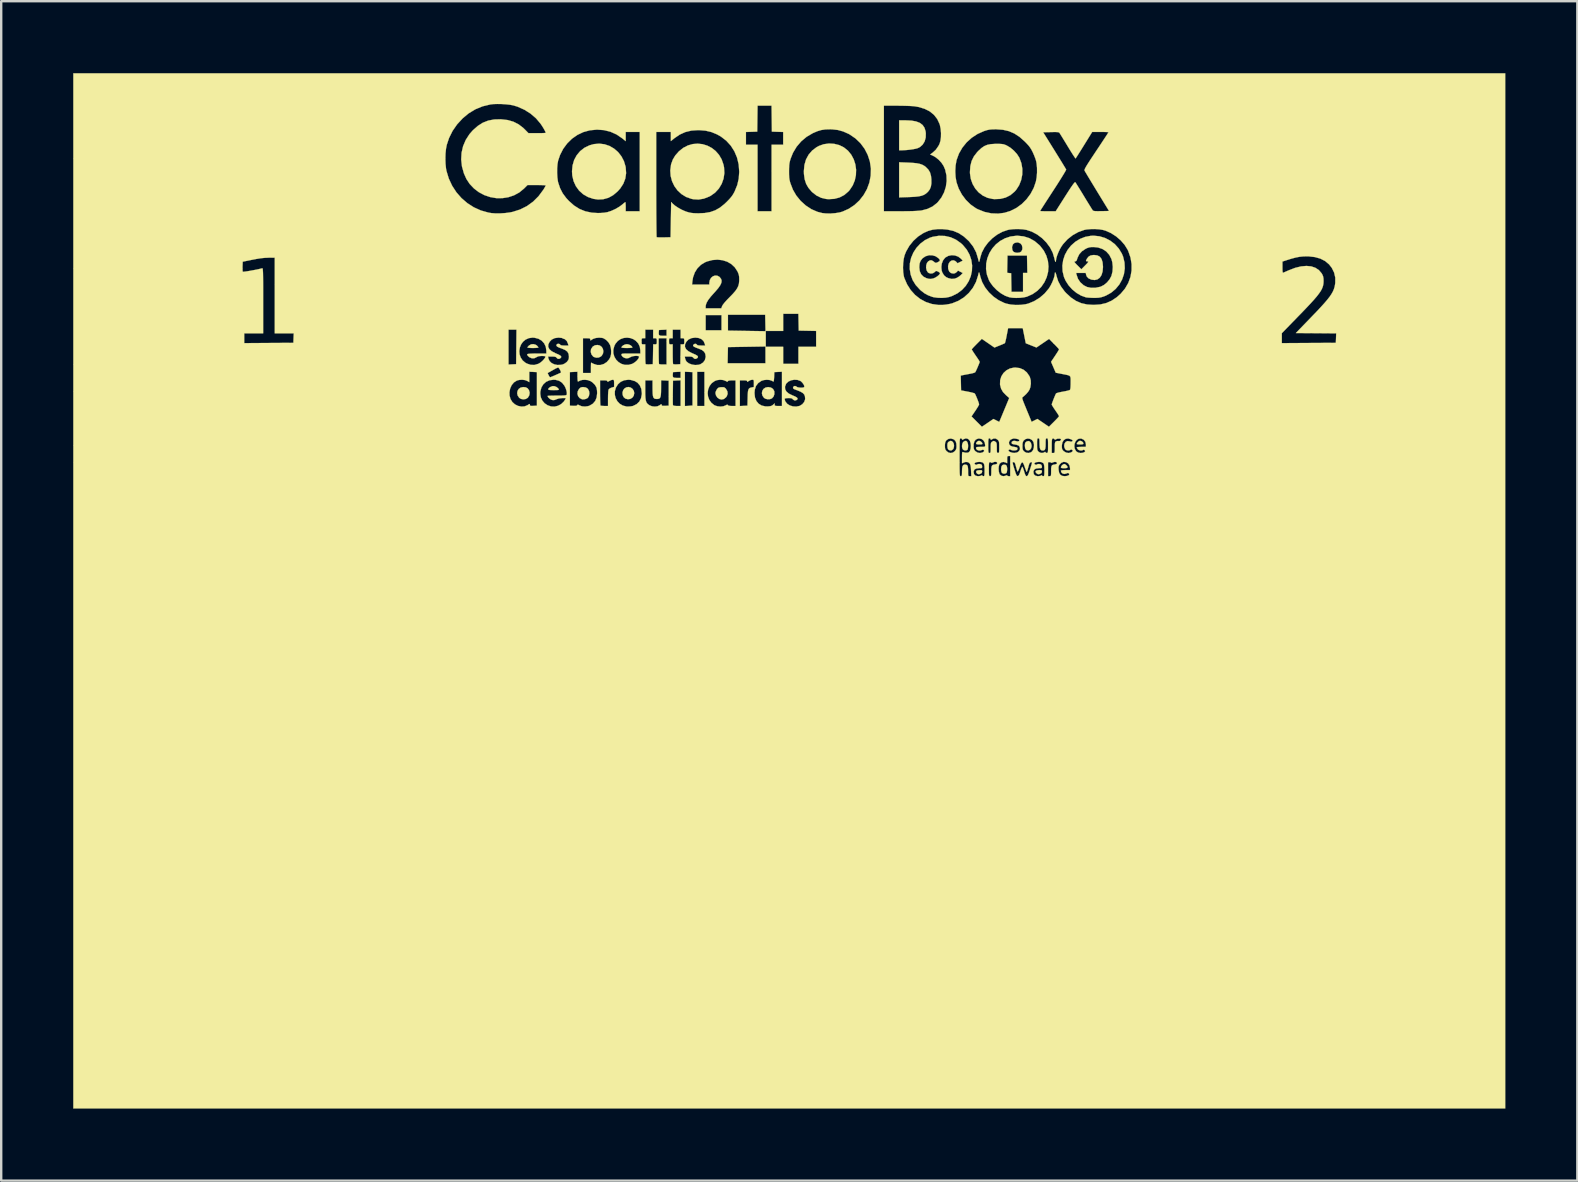
<source format=kicad_pcb>
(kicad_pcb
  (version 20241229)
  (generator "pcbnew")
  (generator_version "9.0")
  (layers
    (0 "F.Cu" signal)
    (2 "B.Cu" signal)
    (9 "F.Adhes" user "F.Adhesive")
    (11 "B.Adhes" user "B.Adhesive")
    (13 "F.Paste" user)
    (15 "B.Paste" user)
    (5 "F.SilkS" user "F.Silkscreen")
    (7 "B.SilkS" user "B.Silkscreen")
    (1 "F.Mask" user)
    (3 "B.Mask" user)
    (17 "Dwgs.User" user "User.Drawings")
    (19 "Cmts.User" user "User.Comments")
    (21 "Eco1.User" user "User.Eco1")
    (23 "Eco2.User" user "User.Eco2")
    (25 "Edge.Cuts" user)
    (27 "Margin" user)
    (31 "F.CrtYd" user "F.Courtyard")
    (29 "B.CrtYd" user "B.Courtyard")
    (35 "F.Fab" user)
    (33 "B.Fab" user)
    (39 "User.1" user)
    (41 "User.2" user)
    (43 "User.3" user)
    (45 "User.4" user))
  (footprint "captosilk5"
    (layer "F.Cu")
    (at 29.829 21.566)
    (property "Reference" "captosilk5" (at 0 0 0) (layer "F.SilkS") (effects (font (size 1.524 1.524) (thickness 0.3))))
    (attr through_hole)
    (fp_poly (pts (xy 7.973 -6.232) (xy 8.028 -6.177) (xy 8.043 -6.147) (xy 8.046 -6.121) (xy 8.024 -6.108) (xy 7.967 -6.103) (xy 7.919 -6.102) (xy 7.834 -6.106) (xy 7.79 -6.119) (xy 7.78 -6.138) (xy 7.801 -6.192) (xy 7.851 -6.237) (xy 7.904 -6.255) (xy 7.973 -6.232)) (stroke (width 0.01) (type solid)) (fill yes) (layer "F.SilkS"))
    (fp_poly (pts (xy 11.499 -5.272) (xy 11.543 -5.238) (xy 11.59 -5.179) (xy 11.591 -5.14) (xy 11.546 -5.117) (xy 11.454 -5.111) (xy 11.37 -5.114) (xy 11.326 -5.126) (xy 11.314 -5.149) (xy 11.331 -5.194) (xy 11.365 -5.238) (xy 11.416 -5.275) (xy 11.454 -5.288) (xy 11.499 -5.272)) (stroke (width 0.01) (type solid)) (fill yes) (layer "F.SilkS"))
    (fp_poly (pts (xy 12.182 -6.236) (xy 12.235 -6.191) (xy 12.255 -6.138) (xy 12.241 -6.116) (xy 12.191 -6.105) (xy 12.115 -6.102) (xy 12.039 -6.105) (xy 11.988 -6.114) (xy 11.975 -6.122) (xy 11.996 -6.174) (xy 12.045 -6.224) (xy 12.101 -6.253) (xy 12.115 -6.255) (xy 12.182 -6.236)) (stroke (width 0.01) (type solid)) (fill yes) (layer "F.SilkS"))
    (fp_poly (pts (xy 8.022 -5.024) (xy 8.034 -4.998) (xy 8.034 -4.971) (xy 8.017 -4.912) (xy 7.969 -4.881) (xy 7.907 -4.86) (xy 7.867 -4.862) (xy 7.825 -4.886) (xy 7.82 -4.89) (xy 7.787 -4.937) (xy 7.784 -4.972) (xy 7.801 -5.004) (xy 7.845 -5.022) (xy 7.914 -5.029) (xy 7.987 -5.032) (xy 8.022 -5.024)) (stroke (width 0.01) (type solid)) (fill yes) (layer "F.SilkS"))
    (fp_poly (pts (xy 10.484 -5.031) (xy 10.517 -5.018) (xy 10.526 -4.985) (xy 10.526 -4.97) (xy 10.508 -4.911) (xy 10.461 -4.881) (xy 10.397 -4.86) (xy 10.353 -4.864) (xy 10.305 -4.895) (xy 10.295 -4.904) (xy 10.257 -4.953) (xy 10.265 -4.994) (xy 10.316 -5.022) (xy 10.405 -5.034) (xy 10.415 -5.034) (xy 10.484 -5.031)) (stroke (width 0.01) (type solid)) (fill yes) (layer "F.SilkS"))
    (fp_poly (pts (xy -6.685 -10.265) (xy -6.61 -10.231) (xy -6.555 -10.185) (xy -6.534 -10.14) (xy -6.558 -10.131) (xy -6.621 -10.124) (xy -6.712 -10.12) (xy -6.763 -10.119) (xy -6.864 -10.121) (xy -6.942 -10.127) (xy -6.986 -10.136) (xy -6.992 -10.14) (xy -6.969 -10.188) (xy -6.913 -10.233) (xy -6.837 -10.267) (xy -6.763 -10.279) (xy -6.685 -10.265)) (stroke (width 0.01) (type solid)) (fill yes) (layer "F.SilkS"))
    (fp_poly (pts (xy -6.603 -8.471) (xy -6.526 -8.414) (xy -6.474 -8.33) (xy -6.458 -8.238) (xy -6.48 -8.131) (xy -6.539 -8.049) (xy -6.624 -7.998) (xy -6.726 -7.985) (xy -6.83 -8.013) (xy -6.9 -8.073) (xy -6.94 -8.16) (xy -6.948 -8.259) (xy -6.922 -8.356) (xy -6.874 -8.425) (xy -6.788 -8.481) (xy -6.694 -8.495) (xy -6.603 -8.471)) (stroke (width 0.01) (type solid)) (fill yes) (layer "F.SilkS"))
    (fp_poly (pts (xy 7.372 -6.248) (xy 7.417 -6.203) (xy 7.444 -6.118) (xy 7.45 -6.042) (xy 7.444 -5.96) (xy 7.43 -5.898) (xy 7.419 -5.878) (xy 7.36 -5.851) (xy 7.288 -5.857) (xy 7.235 -5.888) (xy 7.204 -5.95) (xy 7.194 -6.035) (xy 7.206 -6.124) (xy 7.238 -6.194) (xy 7.246 -6.204) (xy 7.314 -6.249) (xy 7.372 -6.248)) (stroke (width 0.01) (type solid)) (fill yes) (layer "F.SilkS"))
    (fp_poly (pts (xy -0.765 -8.472) (xy -0.678 -8.416) (xy -0.627 -8.326) (xy -0.621 -8.3) (xy -0.621 -8.193) (xy -0.657 -8.093) (xy -0.721 -8.021) (xy -0.805 -7.988) (xy -0.906 -7.984) (xy -1.001 -8.009) (xy -1.055 -8.045) (xy -1.12 -8.139) (xy -1.141 -8.238) (xy -1.124 -8.334) (xy -1.073 -8.415) (xy -0.99 -8.471) (xy -0.882 -8.492) (xy -0.765 -8.472)) (stroke (width 0.01) (type solid)) (fill yes) (layer "F.SilkS"))
    (fp_poly (pts (xy 6.766 -6.242) (xy 6.814 -6.204) (xy 6.853 -6.134) (xy 6.864 -6.042) (xy 6.848 -5.95) (xy 6.825 -5.904) (xy 6.766 -5.858) (xy 6.693 -5.852) (xy 6.626 -5.887) (xy 6.625 -5.888) (xy 6.596 -5.947) (xy 6.585 -6.045) (xy 6.585 -6.052) (xy 6.59 -6.135) (xy 6.61 -6.185) (xy 6.642 -6.215) (xy 6.71 -6.25) (xy 6.766 -6.242)) (stroke (width 0.01) (type solid)) (fill yes) (layer "F.SilkS"))
    (fp_poly (pts (xy 10.017 -6.227) (xy 10.066 -6.169) (xy 10.091 -6.076) (xy 10.094 -6.03) (xy 10.076 -5.944) (xy 10.03 -5.882) (xy 9.967 -5.851) (xy 9.899 -5.857) (xy 9.854 -5.888) (xy 9.825 -5.947) (xy 9.814 -6.046) (xy 9.814 -6.052) (xy 9.819 -6.134) (xy 9.837 -6.182) (xy 9.875 -6.217) (xy 9.877 -6.218) (xy 9.952 -6.245) (xy 10.017 -6.227)) (stroke (width 0.01) (type solid)) (fill yes) (layer "F.SilkS"))
    (fp_poly (pts (xy -10.558 -10.253) (xy -10.512 -10.22) (xy -10.47 -10.174) (xy -10.45 -10.142) (xy -10.45 -10.14) (xy -10.473 -10.131) (xy -10.536 -10.124) (xy -10.628 -10.12) (xy -10.679 -10.119) (xy -10.779 -10.121) (xy -10.858 -10.127) (xy -10.902 -10.136) (xy -10.908 -10.14) (xy -10.891 -10.17) (xy -10.849 -10.216) (xy -10.842 -10.222) (xy -10.756 -10.272) (xy -10.655 -10.282) (xy -10.558 -10.253)) (stroke (width 0.01) (type solid)) (fill yes) (layer "F.SilkS"))
    (fp_poly (pts (xy -7.893 -10.225) (xy -7.816 -10.168) (xy -7.765 -10.086) (xy -7.745 -9.991) (xy -7.758 -9.893) (xy -7.809 -9.802) (xy -7.849 -9.764) (xy -7.941 -9.721) (xy -8.046 -9.716) (xy -8.144 -9.747) (xy -8.17 -9.765) (xy -8.238 -9.848) (xy -8.27 -9.953) (xy -8.26 -10.061) (xy -8.252 -10.081) (xy -8.189 -10.177) (xy -8.096 -10.232) (xy -7.995 -10.246) (xy -7.893 -10.225)) (stroke (width 0.01) (type solid)) (fill yes) (layer "F.SilkS"))
    (fp_poly (pts (xy 9.015 -5.251) (xy 9.056 -5.211) (xy 9.074 -5.134) (xy 9.077 -5.072) (xy 9.071 -4.992) (xy 9.057 -4.93) (xy 9.046 -4.912) (xy 8.99 -4.885) (xy 8.921 -4.885) (xy 8.864 -4.912) (xy 8.849 -4.931) (xy 8.831 -4.99) (xy 8.823 -5.066) (xy 8.823 -5.072) (xy 8.835 -5.178) (xy 8.874 -5.241) (xy 8.94 -5.263) (xy 8.946 -5.263) (xy 9.015 -5.251)) (stroke (width 0.01) (type solid)) (fill yes) (layer "F.SilkS"))
    (fp_poly (pts (xy -10.976 -8.481) (xy -10.901 -8.441) (xy -10.845 -8.367) (xy -10.842 -8.361) (xy -10.815 -8.257) (xy -10.831 -8.148) (xy -10.887 -8.053) (xy -10.895 -8.044) (xy -10.977 -7.995) (xy -11.077 -7.98) (xy -11.177 -7.998) (xy -11.251 -8.045) (xy -11.314 -8.137) (xy -11.336 -8.236) (xy -11.32 -8.332) (xy -11.27 -8.414) (xy -11.191 -8.47) (xy -11.086 -8.492) (xy -11.085 -8.492) (xy -10.976 -8.481)) (stroke (width 0.01) (type solid)) (fill yes) (layer "F.SilkS"))
    (fp_poly (pts (xy -9.78 -8.529) (xy -9.694 -8.494) (xy -9.626 -8.438) (xy -9.611 -8.416) (xy -9.6 -8.392) (xy -9.607 -8.377) (xy -9.638 -8.369) (xy -9.703 -8.366) (xy -9.81 -8.365) (xy -9.813 -8.365) (xy -9.926 -8.366) (xy -9.996 -8.372) (xy -10.032 -8.383) (xy -10.043 -8.401) (xy -10.043 -8.403) (xy -10.02 -8.447) (xy -9.962 -8.491) (xy -9.88 -8.525) (xy -9.861 -8.531) (xy -9.78 -8.529)) (stroke (width 0.01) (type solid)) (fill yes) (layer "F.SilkS"))
    (fp_poly (pts (xy -8.471 -8.475) (xy -8.391 -8.421) (xy -8.34 -8.328) (xy -8.34 -8.327) (xy -8.327 -8.231) (xy -8.343 -8.132) (xy -8.384 -8.053) (xy -8.402 -8.035) (xy -8.471 -7.999) (xy -8.556 -7.979) (xy -8.631 -7.981) (xy -8.632 -7.982) (xy -8.732 -8.033) (xy -8.797 -8.114) (xy -8.825 -8.212) (xy -8.812 -8.317) (xy -8.757 -8.414) (xy -8.701 -8.467) (xy -8.639 -8.489) (xy -8.584 -8.492) (xy -8.471 -8.475)) (stroke (width 0.01) (type solid)) (fill yes) (layer "F.SilkS"))
    (fp_poly (pts (xy 5.088 -19.592) (xy 5.283 -19.557) (xy 5.436 -19.498) (xy 5.552 -19.411) (xy 5.631 -19.297) (xy 5.677 -19.153) (xy 5.688 -19.072) (xy 5.684 -18.89) (xy 5.64 -18.728) (xy 5.558 -18.593) (xy 5.442 -18.49) (xy 5.362 -18.449) (xy 5.282 -18.424) (xy 5.165 -18.401) (xy 5.028 -18.381) (xy 4.886 -18.366) (xy 4.753 -18.358) (xy 4.711 -18.357) (xy 4.577 -18.357) (xy 4.577 -19.603) (xy 4.851 -19.603) (xy 5.088 -19.592)) (stroke (width 0.01) (type solid)) (fill yes) (layer "F.SilkS"))
    (fp_poly (pts (xy -2.7 -8.475) (xy -2.657 -8.441) (xy -2.635 -8.415) (xy -2.578 -8.314) (xy -2.568 -8.207) (xy -2.605 -8.106) (xy -2.638 -8.063) (xy -2.728 -7.993) (xy -2.823 -7.973) (xy -2.916 -7.996) (xy -2.996 -8.055) (xy -3.053 -8.143) (xy -3.076 -8.243) (xy -3.076 -8.246) (xy -3.062 -8.306) (xy -3.028 -8.378) (xy -3.018 -8.393) (xy -2.977 -8.446) (xy -2.932 -8.473) (xy -2.863 -8.485) (xy -2.831 -8.487) (xy -2.75 -8.488) (xy -2.7 -8.475)) (stroke (width 0.01) (type solid)) (fill yes) (layer "F.SilkS"))
    (fp_poly (pts (xy 4.952 -17.842) (xy 5.152 -17.831) (xy 5.311 -17.815) (xy 5.436 -17.79) (xy 5.538 -17.755) (xy 5.625 -17.707) (xy 5.691 -17.656) (xy 5.795 -17.549) (xy 5.864 -17.431) (xy 5.904 -17.289) (xy 5.919 -17.149) (xy 5.92 -16.977) (xy 5.899 -16.841) (xy 5.854 -16.729) (xy 5.781 -16.631) (xy 5.762 -16.612) (xy 5.69 -16.548) (xy 5.61 -16.499) (xy 5.516 -16.463) (xy 5.398 -16.437) (xy 5.249 -16.42) (xy 5.06 -16.409) (xy 4.977 -16.406) (xy 4.577 -16.393) (xy 4.577 -17.856) (xy 4.952 -17.842)) (stroke (width 0.01) (type solid)) (fill yes) (layer "F.SilkS"))
    (fp_poly (pts (xy -7.695 -18.606) (xy -7.488 -18.536) (xy -7.299 -18.426) (xy -7.132 -18.282) (xy -6.993 -18.105) (xy -6.887 -17.902) (xy -6.819 -17.674) (xy -6.814 -17.643) (xy -6.797 -17.404) (xy -6.83 -17.178) (xy -6.912 -16.964) (xy -7.043 -16.763) (xy -7.147 -16.647) (xy -7.335 -16.487) (xy -7.534 -16.377) (xy -7.745 -16.317) (xy -7.967 -16.305) (xy -8.162 -16.333) (xy -8.388 -16.409) (xy -8.587 -16.524) (xy -8.755 -16.676) (xy -8.889 -16.859) (xy -8.985 -17.069) (xy -9.04 -17.302) (xy -9.051 -17.48) (xy -9.028 -17.725) (xy -8.962 -17.951) (xy -8.854 -18.151) (xy -8.71 -18.322) (xy -8.532 -18.461) (xy -8.323 -18.562) (xy -8.14 -18.613) (xy -7.915 -18.633) (xy -7.695 -18.606)) (stroke (width 0.01) (type solid)) (fill yes) (layer "F.SilkS"))
    (fp_poly (pts (xy 1.869 -18.625) (xy 2.08 -18.572) (xy 2.27 -18.479) (xy 2.444 -18.34) (xy 2.583 -18.17) (xy 2.686 -17.976) (xy 2.754 -17.765) (xy 2.784 -17.545) (xy 2.776 -17.321) (xy 2.73 -17.102) (xy 2.644 -16.893) (xy 2.518 -16.703) (xy 2.463 -16.64) (xy 2.291 -16.493) (xy 2.094 -16.39) (xy 1.874 -16.332) (xy 1.635 -16.319) (xy 1.534 -16.327) (xy 1.328 -16.376) (xy 1.132 -16.472) (xy 0.954 -16.612) (xy 0.937 -16.628) (xy 0.8 -16.788) (xy 0.702 -16.958) (xy 0.641 -17.148) (xy 0.611 -17.367) (xy 0.608 -17.494) (xy 0.631 -17.745) (xy 0.697 -17.972) (xy 0.806 -18.174) (xy 0.954 -18.346) (xy 1.141 -18.487) (xy 1.232 -18.536) (xy 1.433 -18.608) (xy 1.649 -18.638) (xy 1.869 -18.625)) (stroke (width 0.01) (type solid)) (fill yes) (layer "F.SilkS"))
    (fp_poly (pts (xy -3.612 -18.61) (xy -3.416 -18.55) (xy -3.233 -18.455) (xy -3.068 -18.326) (xy -2.927 -18.165) (xy -2.816 -17.975) (xy -2.74 -17.756) (xy -2.717 -17.641) (xy -2.704 -17.403) (xy -2.738 -17.173) (xy -2.815 -16.958) (xy -2.932 -16.763) (xy -3.086 -16.595) (xy -3.273 -16.46) (xy -3.335 -16.428) (xy -3.558 -16.341) (xy -3.777 -16.304) (xy -3.994 -16.316) (xy -4.081 -16.334) (xy -4.299 -16.412) (xy -4.491 -16.531) (xy -4.656 -16.684) (xy -4.788 -16.866) (xy -4.884 -17.069) (xy -4.942 -17.288) (xy -4.957 -17.518) (xy -4.927 -17.752) (xy -4.92 -17.782) (xy -4.853 -17.967) (xy -4.752 -18.136) (xy -4.608 -18.301) (xy -4.599 -18.31) (xy -4.419 -18.456) (xy -4.224 -18.557) (xy -4.022 -18.615) (xy -3.815 -18.632) (xy -3.612 -18.61)) (stroke (width 0.01) (type solid)) (fill yes) (layer "F.SilkS"))
    (fp_poly (pts (xy 8.761 -18.622) (xy 8.854 -18.617) (xy 8.926 -18.606) (xy 8.99 -18.585) (xy 9.059 -18.555) (xy 9.208 -18.466) (xy 9.354 -18.343) (xy 9.483 -18.202) (xy 9.578 -18.056) (xy 9.586 -18.041) (xy 9.669 -17.818) (xy 9.709 -17.584) (xy 9.706 -17.347) (xy 9.661 -17.118) (xy 9.577 -16.902) (xy 9.453 -16.709) (xy 9.384 -16.631) (xy 9.21 -16.486) (xy 9.011 -16.386) (xy 8.79 -16.331) (xy 8.551 -16.321) (xy 8.471 -16.328) (xy 8.257 -16.376) (xy 8.062 -16.468) (xy 7.89 -16.599) (xy 7.747 -16.762) (xy 7.636 -16.953) (xy 7.561 -17.166) (xy 7.527 -17.396) (xy 7.526 -17.456) (xy 7.543 -17.698) (xy 7.596 -17.909) (xy 7.69 -18.1) (xy 7.827 -18.279) (xy 7.88 -18.334) (xy 8.004 -18.448) (xy 8.122 -18.529) (xy 8.247 -18.582) (xy 8.392 -18.611) (xy 8.569 -18.623) (xy 8.632 -18.623) (xy 8.761 -18.622)) (stroke (width 0.01) (type solid)) (fill yes) (layer "F.SilkS"))
    (fp_poly (pts (xy 9.767 -14.769) (xy 10.003 -14.694) (xy 10.222 -14.572) (xy 10.421 -14.403) (xy 10.449 -14.374) (xy 10.602 -14.177) (xy 10.71 -13.964) (xy 10.775 -13.742) (xy 10.798 -13.514) (xy 10.781 -13.288) (xy 10.724 -13.068) (xy 10.63 -12.861) (xy 10.5 -12.67) (xy 10.335 -12.503) (xy 10.137 -12.365) (xy 9.908 -12.261) (xy 9.895 -12.256) (xy 9.771 -12.228) (xy 9.616 -12.21) (xy 9.45 -12.205) (xy 9.291 -12.213) (xy 9.169 -12.232) (xy 8.994 -12.295) (xy 8.815 -12.398) (xy 8.644 -12.532) (xy 8.491 -12.687) (xy 8.368 -12.855) (xy 8.317 -12.947) (xy 8.233 -13.178) (xy 8.222 -13.25) (xy 9.076 -13.25) (xy 9.159 -13.242) (xy 9.242 -13.234) (xy 9.256 -12.458) (xy 9.738 -12.458) (xy 9.738 -13.247) (xy 9.917 -13.247) (xy 9.91 -13.609) (xy 9.903 -13.971) (xy 9.09 -13.971) (xy 9.083 -13.611) (xy 9.076 -13.25) (xy 8.222 -13.25) (xy 8.197 -13.41) (xy 8.204 -13.64) (xy 8.252 -13.863) (xy 8.337 -14.073) (xy 8.457 -14.266) (xy 8.485 -14.297) (xy 9.28 -14.297) (xy 9.296 -14.192) (xy 9.344 -14.124) (xy 9.43 -14.091) (xy 9.496 -14.086) (xy 9.595 -14.097) (xy 9.66 -14.135) (xy 9.662 -14.137) (xy 9.704 -14.214) (xy 9.713 -14.29) (xy 9.692 -14.397) (xy 9.633 -14.473) (xy 9.543 -14.513) (xy 9.493 -14.518) (xy 9.389 -14.498) (xy 9.319 -14.44) (xy 9.284 -14.347) (xy 9.28 -14.297) (xy 8.485 -14.297) (xy 8.607 -14.436) (xy 8.786 -14.579) (xy 8.989 -14.69) (xy 9.214 -14.764) (xy 9.457 -14.795) (xy 9.517 -14.796) (xy 9.767 -14.769)) (stroke (width 0.01) (type solid)) (fill yes) (layer "F.SilkS"))
    (fp_poly (pts (xy 12.921 -14.773) (xy 13.155 -14.703) (xy 13.371 -14.591) (xy 13.564 -14.443) (xy 13.726 -14.262) (xy 13.853 -14.054) (xy 13.907 -13.924) (xy 13.965 -13.679) (xy 13.976 -13.436) (xy 13.942 -13.198) (xy 13.865 -12.973) (xy 13.749 -12.765) (xy 13.596 -12.58) (xy 13.409 -12.424) (xy 13.191 -12.302) (xy 13.097 -12.265) (xy 12.993 -12.233) (xy 12.891 -12.215) (xy 12.772 -12.208) (xy 12.687 -12.207) (xy 12.569 -12.211) (xy 12.459 -12.218) (xy 12.374 -12.227) (xy 12.351 -12.232) (xy 12.156 -12.302) (xy 11.965 -12.414) (xy 11.788 -12.559) (xy 11.634 -12.731) (xy 11.512 -12.92) (xy 11.443 -13.076) (xy 11.386 -13.315) (xy 11.376 -13.552) (xy 11.399 -13.707) (xy 11.879 -13.707) (xy 11.901 -13.671) (xy 11.956 -13.61) (xy 12.021 -13.545) (xy 12.168 -13.399) (xy 12.313 -13.546) (xy 12.381 -13.616) (xy 12.431 -13.673) (xy 12.457 -13.707) (xy 12.458 -13.711) (xy 12.437 -13.726) (xy 12.408 -13.73) (xy 12.369 -13.735) (xy 12.361 -13.759) (xy 12.383 -13.809) (xy 12.406 -13.849) (xy 12.469 -13.927) (xy 12.549 -13.973) (xy 12.659 -13.992) (xy 12.701 -13.993) (xy 12.832 -13.977) (xy 12.934 -13.924) (xy 13.006 -13.831) (xy 13.05 -13.698) (xy 13.067 -13.523) (xy 13.068 -13.488) (xy 13.052 -13.306) (xy 13.007 -13.158) (xy 12.935 -13.048) (xy 12.839 -12.978) (xy 12.72 -12.95) (xy 12.586 -12.967) (xy 12.469 -13.018) (xy 12.393 -13.097) (xy 12.365 -13.171) (xy 12.35 -13.247) (xy 11.949 -13.247) (xy 11.966 -13.177) (xy 12.026 -13.003) (xy 12.121 -12.86) (xy 12.258 -12.737) (xy 12.266 -12.731) (xy 12.405 -12.661) (xy 12.57 -12.626) (xy 12.752 -12.628) (xy 12.941 -12.666) (xy 12.979 -12.678) (xy 13.111 -12.746) (xy 13.237 -12.851) (xy 13.344 -12.981) (xy 13.419 -13.122) (xy 13.421 -13.128) (xy 13.465 -13.303) (xy 13.477 -13.498) (xy 13.457 -13.69) (xy 13.421 -13.823) (xy 13.33 -14) (xy 13.204 -14.141) (xy 13.047 -14.244) (xy 12.863 -14.306) (xy 12.687 -14.325) (xy 12.575 -14.323) (xy 12.491 -14.31) (xy 12.409 -14.282) (xy 12.344 -14.251) (xy 12.194 -14.151) (xy 12.079 -14.023) (xy 12.006 -13.873) (xy 11.998 -13.842) (xy 11.972 -13.767) (xy 11.941 -13.734) (xy 11.922 -13.73) (xy 11.887 -13.725) (xy 11.879 -13.707) (xy 11.399 -13.707) (xy 11.41 -13.783) (xy 11.483 -14.002) (xy 11.593 -14.204) (xy 11.736 -14.385) (xy 11.908 -14.539) (xy 12.106 -14.662) (xy 12.325 -14.748) (xy 12.563 -14.793) (xy 12.677 -14.798) (xy 12.921 -14.773)) (stroke (width 0.01) (type solid)) (fill yes) (layer "F.SilkS"))
    (fp_poly (pts (xy 6.482 -14.787) (xy 6.723 -14.732) (xy 6.949 -14.629) (xy 7.157 -14.48) (xy 7.227 -14.415) (xy 7.391 -14.219) (xy 7.509 -14.008) (xy 7.584 -13.786) (xy 7.617 -13.56) (xy 7.609 -13.334) (xy 7.562 -13.114) (xy 7.476 -12.905) (xy 7.354 -12.712) (xy 7.197 -12.541) (xy 7.006 -12.397) (xy 6.782 -12.285) (xy 6.663 -12.245) (xy 6.521 -12.217) (xy 6.353 -12.206) (xy 6.18 -12.212) (xy 6.022 -12.233) (xy 5.95 -12.252) (xy 5.776 -12.318) (xy 5.63 -12.399) (xy 5.489 -12.508) (xy 5.445 -12.548) (xy 5.269 -12.74) (xy 5.14 -12.947) (xy 5.057 -13.174) (xy 5.018 -13.412) (xy 5.02 -13.486) (xy 5.416 -13.486) (xy 5.435 -13.322) (xy 5.493 -13.191) (xy 5.589 -13.092) (xy 5.712 -13.029) (xy 5.812 -13.001) (xy 5.898 -12.997) (xy 5.999 -13.017) (xy 6.007 -13.019) (xy 6.079 -13.05) (xy 6.156 -13.098) (xy 6.224 -13.152) (xy 6.269 -13.203) (xy 6.28 -13.232) (xy 6.259 -13.262) (xy 6.208 -13.297) (xy 6.196 -13.303) (xy 6.139 -13.327) (xy 6.103 -13.324) (xy 6.066 -13.291) (xy 6.058 -13.282) (xy 5.985 -13.234) (xy 5.896 -13.221) (xy 5.811 -13.243) (xy 5.773 -13.271) (xy 5.722 -13.353) (xy 5.7 -13.457) (xy 5.701 -13.483) (xy 6.334 -13.483) (xy 6.351 -13.337) (xy 6.379 -13.259) (xy 6.447 -13.147) (xy 6.536 -13.071) (xy 6.628 -13.029) (xy 6.765 -12.997) (xy 6.89 -13.008) (xy 6.979 -13.041) (xy 7.064 -13.091) (xy 7.142 -13.154) (xy 7.154 -13.165) (xy 7.227 -13.243) (xy 7.029 -13.344) (xy 6.974 -13.282) (xy 6.903 -13.233) (xy 6.829 -13.221) (xy 6.731 -13.243) (xy 6.662 -13.306) (xy 6.622 -13.41) (xy 6.621 -13.414) (xy 6.615 -13.533) (xy 6.64 -13.634) (xy 6.689 -13.711) (xy 6.755 -13.759) (xy 6.832 -13.773) (xy 6.912 -13.745) (xy 6.963 -13.702) (xy 7.012 -13.65) (xy 7.119 -13.704) (xy 7.227 -13.759) (xy 7.154 -13.837) (xy 7.04 -13.924) (xy 6.906 -13.974) (xy 6.764 -13.986) (xy 6.627 -13.958) (xy 6.506 -13.891) (xy 6.486 -13.874) (xy 6.404 -13.766) (xy 6.352 -13.631) (xy 6.334 -13.483) (xy 5.701 -13.483) (xy 5.705 -13.567) (xy 5.737 -13.665) (xy 5.789 -13.729) (xy 5.864 -13.772) (xy 5.933 -13.772) (xy 6.009 -13.727) (xy 6.022 -13.716) (xy 6.073 -13.676) (xy 6.112 -13.666) (xy 6.162 -13.683) (xy 6.189 -13.696) (xy 6.255 -13.735) (xy 6.275 -13.774) (xy 6.25 -13.822) (xy 6.21 -13.863) (xy 6.092 -13.943) (xy 5.956 -13.982) (xy 5.813 -13.981) (xy 5.677 -13.941) (xy 5.558 -13.861) (xy 5.538 -13.841) (xy 5.468 -13.747) (xy 5.429 -13.64) (xy 5.416 -13.505) (xy 5.416 -13.486) (xy 5.02 -13.486) (xy 5.024 -13.645) (xy 5.075 -13.874) (xy 5.168 -14.092) (xy 5.297 -14.291) (xy 5.459 -14.466) (xy 5.647 -14.609) (xy 5.857 -14.714) (xy 5.973 -14.751) (xy 6.231 -14.794) (xy 6.482 -14.787)) (stroke (width 0.01) (type solid)) (fill yes) (layer "F.SilkS"))
    (fp_poly (pts (xy 29.824 21.561) (xy -29.824 21.561) (xy -29.824 -5.568) (xy 7.094 -5.568) (xy 7.094 -5.347) (xy 7.094 -5.172) (xy 7.096 -5.038) (xy 7.098 -4.938) (xy 7.102 -4.868) (xy 7.107 -4.822) (xy 7.115 -4.796) (xy 7.125 -4.784) (xy 7.138 -4.78) (xy 7.145 -4.78) (xy 7.17 -4.784) (xy 7.186 -4.805) (xy 7.193 -4.852) (xy 7.195 -4.935) (xy 7.195 -4.972) (xy 7.2 -5.102) (xy 7.215 -5.189) (xy 7.245 -5.239) (xy 7.291 -5.261) (xy 7.318 -5.263) (xy 7.377 -5.256) (xy 7.416 -5.23) (xy 7.438 -5.176) (xy 7.448 -5.086) (xy 7.45 -4.991) (xy 7.45 -4.888) (xy 7.454 -4.825) (xy 7.464 -4.793) (xy 7.484 -4.782) (xy 7.516 -4.78) (xy 7.583 -4.78) (xy 7.575 -4.95) (xy 7.678 -4.95) (xy 7.698 -4.86) (xy 7.755 -4.803) (xy 7.85 -4.78) (xy 7.868 -4.78) (xy 7.942 -4.787) (xy 7.995 -4.804) (xy 8.004 -4.81) (xy 8.029 -4.828) (xy 8.034 -4.81) (xy 8.056 -4.786) (xy 8.085 -4.78) (xy 8.109 -4.784) (xy 8.123 -4.8) (xy 8.132 -4.84) (xy 8.135 -4.911) (xy 8.136 -5.023) (xy 8.136 -5.03) (xy 8.135 -5.072) (xy 8.314 -5.072) (xy 8.315 -4.947) (xy 8.317 -4.863) (xy 8.323 -4.814) (xy 8.335 -4.789) (xy 8.353 -4.781) (xy 8.365 -4.78) (xy 8.39 -4.784) (xy 8.405 -4.803) (xy 8.413 -4.847) (xy 8.416 -4.925) (xy 8.416 -4.993) (xy 8.418 -5.075) (xy 8.719 -5.075) (xy 8.73 -4.966) (xy 8.756 -4.877) (xy 8.774 -4.847) (xy 8.845 -4.793) (xy 8.936 -4.78) (xy 9.028 -4.806) (xy 9.068 -4.82) (xy 9.077 -4.806) (xy 9.099 -4.787) (xy 9.14 -4.78) (xy 9.204 -4.78) (xy 9.204 -5.326) (xy 9.306 -5.326) (xy 9.317 -5.275) (xy 9.341 -5.191) (xy 9.378 -5.071) (xy 9.417 -4.946) (xy 9.447 -4.863) (xy 9.471 -4.813) (xy 9.492 -4.79) (xy 9.515 -4.785) (xy 9.52 -4.785) (xy 9.55 -4.8) (xy 9.578 -4.842) (xy 9.608 -4.919) (xy 9.631 -4.993) (xy 9.661 -5.081) (xy 9.688 -5.144) (xy 9.708 -5.171) (xy 9.712 -5.171) (xy 9.729 -5.137) (xy 9.755 -5.068) (xy 9.783 -4.978) (xy 9.787 -4.964) (xy 9.819 -4.866) (xy 9.846 -4.809) (xy 9.873 -4.783) (xy 9.89 -4.78) (xy 9.91 -4.786) (xy 9.931 -4.808) (xy 9.954 -4.851) (xy 9.982 -4.921) (xy 9.992 -4.95) (xy 10.17 -4.95) (xy 10.189 -4.86) (xy 10.247 -4.803) (xy 10.342 -4.78) (xy 10.36 -4.78) (xy 10.433 -4.787) (xy 10.487 -4.804) (xy 10.496 -4.81) (xy 10.521 -4.828) (xy 10.526 -4.81) (xy 10.547 -4.786) (xy 10.577 -4.78) (xy 10.6 -4.784) (xy 10.615 -4.8) (xy 10.623 -4.84) (xy 10.627 -4.911) (xy 10.628 -5.023) (xy 10.628 -5.03) (xy 10.624 -5.169) (xy 10.61 -5.266) (xy 10.581 -5.326) (xy 10.531 -5.36) (xy 10.502 -5.365) (xy 10.78 -5.365) (xy 10.78 -4.78) (xy 10.844 -4.78) (xy 10.875 -4.782) (xy 10.894 -4.795) (xy 10.903 -4.829) (xy 10.907 -4.894) (xy 10.908 -4.993) (xy 10.91 -5.111) (xy 10.917 -5.161) (xy 11.216 -5.161) (xy 11.216 -5.078) (xy 11.218 -5.054) (xy 11.24 -4.927) (xy 11.287 -4.842) (xy 11.363 -4.794) (xy 11.466 -4.78) (xy 11.549 -4.787) (xy 11.616 -4.806) (xy 11.633 -4.815) (xy 11.665 -4.849) (xy 11.655 -4.882) (xy 11.649 -4.889) (xy 11.62 -4.913) (xy 11.583 -4.909) (xy 11.545 -4.891) (xy 11.461 -4.871) (xy 11.385 -4.89) (xy 11.332 -4.941) (xy 11.314 -5.011) (xy 11.338 -5.022) (xy 11.399 -5.03) (xy 11.487 -5.034) (xy 11.505 -5.034) (xy 11.696 -5.034) (xy 11.696 -5.112) (xy 11.675 -5.223) (xy 11.619 -5.311) (xy 11.535 -5.363) (xy 11.43 -5.377) (xy 11.337 -5.341) (xy 11.264 -5.271) (xy 11.231 -5.219) (xy 11.216 -5.161) (xy 10.917 -5.161) (xy 10.921 -5.188) (xy 10.946 -5.233) (xy 10.991 -5.256) (xy 11.06 -5.267) (xy 11.06 -5.267) (xy 11.13 -5.286) (xy 11.156 -5.317) (xy 11.143 -5.355) (xy 11.097 -5.374) (xy 11.032 -5.372) (xy 10.978 -5.353) (xy 10.93 -5.335) (xy 10.908 -5.34) (xy 10.908 -5.341) (xy 10.886 -5.359) (xy 10.844 -5.365) (xy 10.78 -5.365) (xy 10.502 -5.365) (xy 10.455 -5.373) (xy 10.397 -5.375) (xy 10.307 -5.366) (xy 10.242 -5.345) (xy 10.21 -5.316) (xy 10.217 -5.284) (xy 10.242 -5.265) (xy 10.293 -5.252) (xy 10.31 -5.263) (xy 10.348 -5.284) (xy 10.409 -5.287) (xy 10.469 -5.274) (xy 10.496 -5.258) (xy 10.52 -5.209) (xy 10.526 -5.169) (xy 10.521 -5.135) (xy 10.499 -5.117) (xy 10.445 -5.111) (xy 10.395 -5.111) (xy 10.28 -5.098) (xy 10.208 -5.058) (xy 10.174 -4.989) (xy 10.17 -4.95) (xy 9.992 -4.95) (xy 10.017 -5.024) (xy 10.062 -5.166) (xy 10.106 -5.31) (xy 10.113 -5.353) (xy 10.088 -5.363) (xy 10.066 -5.36) (xy 10.035 -5.349) (xy 10.01 -5.319) (xy 9.986 -5.259) (xy 9.959 -5.161) (xy 9.957 -5.155) (xy 9.932 -5.063) (xy 9.909 -4.994) (xy 9.893 -4.96) (xy 9.891 -4.958) (xy 9.876 -4.98) (xy 9.852 -5.04) (xy 9.821 -5.125) (xy 9.811 -5.155) (xy 9.769 -5.272) (xy 9.733 -5.34) (xy 9.7 -5.358) (xy 9.665 -5.325) (xy 9.627 -5.244) (xy 9.598 -5.16) (xy 9.565 -5.07) (xy 9.536 -5.005) (xy 9.515 -4.975) (xy 9.51 -4.975) (xy 9.495 -5.008) (xy 9.472 -5.077) (xy 9.447 -5.168) (xy 9.444 -5.18) (xy 9.418 -5.276) (xy 9.396 -5.332) (xy 9.372 -5.358) (xy 9.342 -5.365) (xy 9.319 -5.363) (xy 9.307 -5.353) (xy 9.306 -5.326) (xy 9.204 -5.326) (xy 9.204 -5.619) (xy 9.14 -5.619) (xy 9.105 -5.616) (xy 9.086 -5.598) (xy 9.078 -5.553) (xy 9.077 -5.47) (xy 9.077 -5.318) (xy 9.004 -5.354) (xy 8.916 -5.374) (xy 8.83 -5.354) (xy 8.765 -5.299) (xy 8.75 -5.273) (xy 8.726 -5.184) (xy 8.719 -5.075) (xy 8.418 -5.075) (xy 8.418 -5.111) (xy 8.43 -5.188) (xy 8.455 -5.233) (xy 8.499 -5.256) (xy 8.568 -5.267) (xy 8.568 -5.267) (xy 8.64 -5.286) (xy 8.665 -5.318) (xy 8.653 -5.359) (xy 8.607 -5.378) (xy 8.541 -5.374) (xy 8.492 -5.356) (xy 8.441 -5.336) (xy 8.416 -5.339) (xy 8.416 -5.341) (xy 8.395 -5.36) (xy 8.365 -5.365) (xy 8.343 -5.362) (xy 8.329 -5.347) (xy 8.32 -5.311) (xy 8.316 -5.246) (xy 8.314 -5.144) (xy 8.314 -5.072) (xy 8.135 -5.072) (xy 8.133 -5.169) (xy 8.119 -5.266) (xy 8.089 -5.326) (xy 8.039 -5.36) (xy 7.963 -5.373) (xy 7.906 -5.375) (xy 7.815 -5.366) (xy 7.75 -5.345) (xy 7.718 -5.316) (xy 7.726 -5.284) (xy 7.75 -5.265) (xy 7.801 -5.252) (xy 7.818 -5.263) (xy 7.856 -5.283) (xy 7.92 -5.288) (xy 7.987 -5.276) (xy 7.994 -5.273) (xy 8.025 -5.237) (xy 8.034 -5.184) (xy 8.032 -5.141) (xy 8.014 -5.119) (xy 7.97 -5.111) (xy 7.903 -5.111) (xy 7.789 -5.098) (xy 7.716 -5.058) (xy 7.682 -4.989) (xy 7.678 -4.95) (xy 7.575 -4.95) (xy 7.572 -5.019) (xy 7.563 -5.152) (xy 7.547 -5.244) (xy 7.52 -5.305) (xy 7.478 -5.344) (xy 7.43 -5.367) (xy 7.349 -5.373) (xy 7.283 -5.353) (xy 7.195 -5.317) (xy 7.195 -5.559) (xy 7.196 -5.672) (xy 7.2 -5.741) (xy 7.207 -5.777) (xy 7.221 -5.788) (xy 7.24 -5.783) (xy 7.332 -5.757) (xy 7.421 -5.756) (xy 7.484 -5.778) (xy 7.529 -5.839) (xy 7.556 -5.933) (xy 7.564 -6.042) (xy 7.564 -6.046) (xy 7.678 -6.046) (xy 7.682 -5.955) (xy 7.695 -5.896) (xy 7.726 -5.849) (xy 7.753 -5.82) (xy 7.842 -5.763) (xy 7.946 -5.745) (xy 8.048 -5.767) (xy 8.081 -5.787) (xy 8.119 -5.822) (xy 8.115 -5.854) (xy 8.109 -5.862) (xy 8.069 -5.884) (xy 8.033 -5.873) (xy 7.951 -5.847) (xy 7.872 -5.853) (xy 7.811 -5.885) (xy 7.781 -5.941) (xy 7.78 -5.955) (xy 7.786 -5.978) (xy 7.811 -5.992) (xy 7.865 -5.999) (xy 7.958 -6) (xy 7.971 -6) (xy 8.068 -6.001) (xy 8.125 -6.006) (xy 8.152 -6.019) (xy 8.161 -6.042) (xy 8.161 -6.051) (xy 8.289 -6.051) (xy 8.289 -5.922) (xy 8.292 -5.836) (xy 8.297 -5.784) (xy 8.308 -5.757) (xy 8.325 -5.747) (xy 8.34 -5.746) (xy 8.364 -5.75) (xy 8.379 -5.769) (xy 8.387 -5.812) (xy 8.39 -5.89) (xy 8.39 -5.962) (xy 8.391 -6.068) (xy 8.397 -6.135) (xy 8.409 -6.176) (xy 8.431 -6.203) (xy 8.454 -6.219) (xy 8.504 -6.246) (xy 8.543 -6.241) (xy 8.581 -6.219) (xy 8.612 -6.195) (xy 8.631 -6.165) (xy 8.641 -6.117) (xy 8.644 -6.038) (xy 8.645 -5.962) (xy 8.646 -5.857) (xy 8.65 -5.793) (xy 8.66 -5.76) (xy 8.679 -5.748) (xy 8.695 -5.746) (xy 8.719 -5.75) (xy 8.734 -5.767) (xy 8.742 -5.807) (xy 8.744 -5.849) (xy 9.128 -5.849) (xy 9.151 -5.815) (xy 9.209 -5.782) (xy 9.287 -5.758) (xy 9.371 -5.747) (xy 9.372 -5.747) (xy 9.486 -5.766) (xy 9.544 -5.799) (xy 9.599 -5.868) (xy 9.611 -5.921) (xy 9.597 -6.002) (xy 9.566 -6.039) (xy 9.713 -6.039) (xy 9.716 -5.945) (xy 9.728 -5.885) (xy 9.756 -5.839) (xy 9.78 -5.813) (xy 9.868 -5.758) (xy 9.969 -5.746) (xy 10.068 -5.776) (xy 10.108 -5.805) (xy 10.159 -5.877) (xy 10.189 -5.979) (xy 10.194 -6.091) (xy 10.19 -6.111) (xy 10.323 -6.111) (xy 10.323 -6.11) (xy 10.324 -5.993) (xy 10.329 -5.914) (xy 10.34 -5.863) (xy 10.36 -5.826) (xy 10.378 -5.805) (xy 10.445 -5.761) (xy 10.527 -5.746) (xy 10.601 -5.761) (xy 10.626 -5.778) (xy 10.656 -5.797) (xy 10.671 -5.778) (xy 10.703 -5.751) (xy 10.732 -5.746) (xy 10.752 -5.75) (xy 10.766 -5.766) (xy 10.774 -5.803) (xy 10.779 -5.869) (xy 10.78 -5.973) (xy 10.78 -6.039) (xy 10.933 -6.039) (xy 10.933 -5.746) (xy 10.996 -5.746) (xy 11.027 -5.748) (xy 11.045 -5.76) (xy 11.055 -5.792) (xy 11.059 -5.854) (xy 11.06 -5.955) (xy 11.06 -5.974) (xy 11.061 -6.033) (xy 11.354 -6.033) (xy 11.358 -5.947) (xy 11.374 -5.891) (xy 11.41 -5.844) (xy 11.437 -5.819) (xy 11.531 -5.763) (xy 11.634 -5.745) (xy 11.731 -5.766) (xy 11.772 -5.792) (xy 11.809 -5.827) (xy 11.808 -5.851) (xy 11.786 -5.872) (xy 11.744 -5.893) (xy 11.715 -5.877) (xy 11.659 -5.852) (xy 11.586 -5.852) (xy 11.522 -5.875) (xy 11.509 -5.886) (xy 11.466 -5.959) (xy 11.456 -6.019) (xy 11.875 -6.019) (xy 11.894 -5.916) (xy 11.947 -5.824) (xy 11.963 -5.807) (xy 12.038 -5.763) (xy 12.134 -5.745) (xy 12.231 -5.754) (xy 12.294 -5.782) (xy 12.326 -5.814) (xy 12.317 -5.846) (xy 12.307 -5.859) (xy 12.27 -5.885) (xy 12.246 -5.874) (xy 12.189 -5.849) (xy 12.115 -5.85) (xy 12.046 -5.876) (xy 12.015 -5.904) (xy 11.985 -5.953) (xy 11.975 -5.981) (xy 11.999 -5.99) (xy 12.06 -5.997) (xy 12.148 -6) (xy 12.166 -6) (xy 12.357 -6) (xy 12.357 -6.101) (xy 12.335 -6.21) (xy 12.273 -6.293) (xy 12.179 -6.341) (xy 12.152 -6.347) (xy 12.058 -6.34) (xy 11.98 -6.294) (xy 11.921 -6.218) (xy 11.885 -6.123) (xy 11.875 -6.019) (xy 11.456 -6.019) (xy 11.451 -6.053) (xy 11.465 -6.134) (xy 11.515 -6.21) (xy 11.59 -6.243) (xy 11.677 -6.231) (xy 11.741 -6.216) (xy 11.782 -6.229) (xy 11.791 -6.238) (xy 11.807 -6.263) (xy 11.789 -6.287) (xy 11.731 -6.318) (xy 11.617 -6.35) (xy 11.517 -6.336) (xy 11.435 -6.28) (xy 11.379 -6.189) (xy 11.354 -6.065) (xy 11.354 -6.033) (xy 11.061 -6.033) (xy 11.061 -6.085) (xy 11.066 -6.155) (xy 11.078 -6.197) (xy 11.097 -6.221) (xy 11.11 -6.229) (xy 11.176 -6.245) (xy 11.218 -6.242) (xy 11.277 -6.246) (xy 11.307 -6.277) (xy 11.323 -6.313) (xy 11.304 -6.333) (xy 11.262 -6.344) (xy 11.169 -6.342) (xy 11.127 -6.323) (xy 11.083 -6.299) (xy 11.057 -6.307) (xy 11.044 -6.325) (xy 11.002 -6.353) (xy 10.976 -6.349) (xy 10.957 -6.335) (xy 10.945 -6.306) (xy 10.937 -6.251) (xy 10.934 -6.162) (xy 10.933 -6.039) (xy 10.78 -6.039) (xy 10.78 -6.051) (xy 10.78 -6.18) (xy 10.777 -6.266) (xy 10.772 -6.319) (xy 10.761 -6.346) (xy 10.745 -6.355) (xy 10.73 -6.356) (xy 10.705 -6.352) (xy 10.69 -6.334) (xy 10.682 -6.292) (xy 10.679 -6.216) (xy 10.679 -6.133) (xy 10.676 -6.007) (xy 10.664 -5.923) (xy 10.64 -5.874) (xy 10.602 -5.852) (xy 10.561 -5.848) (xy 10.5 -5.858) (xy 10.46 -5.894) (xy 10.436 -5.962) (xy 10.426 -6.07) (xy 10.424 -6.142) (xy 10.423 -6.247) (xy 10.419 -6.31) (xy 10.409 -6.343) (xy 10.39 -6.355) (xy 10.374 -6.356) (xy 10.35 -6.353) (xy 10.335 -6.336) (xy 10.327 -6.296) (xy 10.323 -6.224) (xy 10.323 -6.111) (xy 10.19 -6.111) (xy 10.173 -6.196) (xy 10.17 -6.205) (xy 10.112 -6.286) (xy 10.028 -6.334) (xy 9.933 -6.348) (xy 9.84 -6.324) (xy 9.764 -6.263) (xy 9.732 -6.206) (xy 9.716 -6.131) (xy 9.713 -6.039) (xy 9.566 -6.039) (xy 9.551 -6.056) (xy 9.466 -6.088) (xy 9.406 -6.098) (xy 9.324 -6.111) (xy 9.281 -6.129) (xy 9.262 -6.157) (xy 9.26 -6.171) (xy 9.274 -6.218) (xy 9.324 -6.247) (xy 9.396 -6.252) (xy 9.461 -6.236) (xy 9.528 -6.226) (xy 9.573 -6.248) (xy 9.585 -6.283) (xy 9.563 -6.306) (xy 9.507 -6.328) (xy 9.434 -6.343) (xy 9.362 -6.349) (xy 9.324 -6.346) (xy 9.233 -6.31) (xy 9.175 -6.251) (xy 9.15 -6.181) (xy 9.16 -6.111) (xy 9.204 -6.052) (xy 9.285 -6.016) (xy 9.3 -6.013) (xy 9.403 -5.995) (xy 9.466 -5.981) (xy 9.497 -5.965) (xy 9.506 -5.943) (xy 9.504 -5.917) (xy 9.49 -5.88) (xy 9.452 -5.861) (xy 9.386 -5.853) (xy 9.31 -5.854) (xy 9.252 -5.868) (xy 9.241 -5.875) (xy 9.194 -5.892) (xy 9.149 -5.882) (xy 9.128 -5.851) (xy 9.128 -5.849) (xy 8.744 -5.849) (xy 8.746 -5.88) (xy 8.746 -5.989) (xy 8.745 -6.104) (xy 8.741 -6.18) (xy 8.73 -6.23) (xy 8.71 -6.265) (xy 8.684 -6.294) (xy 8.602 -6.347) (xy 8.515 -6.349) (xy 8.447 -6.317) (xy 8.406 -6.291) (xy 8.392 -6.297) (xy 8.39 -6.317) (xy 8.369 -6.349) (xy 8.34 -6.356) (xy 8.318 -6.353) (xy 8.304 -6.339) (xy 8.295 -6.304) (xy 8.29 -6.241) (xy 8.289 -6.141) (xy 8.289 -6.051) (xy 8.161 -6.051) (xy 8.162 -6.06) (xy 8.142 -6.179) (xy 8.088 -6.271) (xy 8.007 -6.331) (xy 7.906 -6.349) (xy 7.867 -6.345) (xy 7.774 -6.307) (xy 7.713 -6.233) (xy 7.682 -6.121) (xy 7.678 -6.046) (xy 7.564 -6.046) (xy 7.554 -6.151) (xy 7.526 -6.245) (xy 7.481 -6.306) (xy 7.41 -6.348) (xy 7.34 -6.35) (xy 7.265 -6.32) (xy 7.217 -6.297) (xy 7.198 -6.302) (xy 7.195 -6.32) (xy 7.174 -6.349) (xy 7.145 -6.356) (xy 7.13 -6.355) (xy 7.119 -6.347) (xy 7.11 -6.328) (xy 7.104 -6.291) (xy 7.099 -6.232) (xy 7.096 -6.146) (xy 7.095 -6.027) (xy 7.094 -5.87) (xy 7.094 -5.67) (xy 7.094 -5.568) (xy -29.824 -5.568) (xy -29.824 -6.046) (xy 6.483 -6.046) (xy 6.487 -5.955) (xy 6.5 -5.896) (xy 6.531 -5.849) (xy 6.558 -5.82) (xy 6.632 -5.764) (xy 6.715 -5.746) (xy 6.725 -5.746) (xy 6.81 -5.761) (xy 6.884 -5.812) (xy 6.892 -5.82) (xy 6.939 -5.877) (xy 6.961 -5.937) (xy 6.967 -6.022) (xy 6.958 -6.149) (xy 6.927 -6.238) (xy 6.872 -6.298) (xy 6.837 -6.319) (xy 6.735 -6.348) (xy 6.633 -6.333) (xy 6.549 -6.279) (xy 6.535 -6.263) (xy 6.502 -6.203) (xy 6.486 -6.122) (xy 6.483 -6.046) (xy -29.824 -6.046) (xy -29.824 -8.294) (xy -11.656 -8.294) (xy -11.653 -8.143) (xy -11.614 -7.997) (xy -11.538 -7.871) (xy -11.43 -7.773) (xy -11.301 -7.708) (xy -11.163 -7.679) (xy -11.027 -7.687) (xy -10.907 -7.736) (xy -10.898 -7.741) (xy -10.841 -7.779) (xy -10.814 -7.788) (xy -10.806 -7.771) (xy -10.806 -7.753) (xy -10.801 -7.724) (xy -10.778 -7.71) (xy -10.725 -7.706) (xy -10.66 -7.709) (xy -10.513 -7.717) (xy -10.513 -8.225) (xy -10.374 -8.225) (xy -10.351 -8.067) (xy -10.287 -7.928) (xy -10.19 -7.815) (xy -10.067 -7.733) (xy -9.926 -7.685) (xy -9.775 -7.678) (xy -9.62 -7.716) (xy -9.616 -7.718) (xy -9.496 -7.789) (xy -9.392 -7.888) (xy -9.341 -7.965) (xy -9.304 -8.034) (xy -9.45 -8.034) (xy -9.598 -8.018) (xy -9.699 -7.984) (xy -9.778 -7.953) (xy -9.843 -7.948) (xy -9.895 -7.959) (xy -9.963 -7.992) (xy -10.024 -8.043) (xy -10.063 -8.098) (xy -10.068 -8.123) (xy -10.044 -8.127) (xy -9.978 -8.131) (xy -9.879 -8.134) (xy -9.754 -8.136) (xy -9.677 -8.136) (xy -9.521 -8.137) (xy -9.409 -8.14) (xy -9.335 -8.146) (xy -9.292 -8.156) (xy -9.273 -8.169) (xy -9.272 -8.171) (xy -9.265 -8.244) (xy -9.282 -8.344) (xy -9.319 -8.454) (xy -9.366 -8.548) (xy -9.465 -8.673) (xy -9.587 -8.754) (xy -9.736 -8.793) (xy -9.819 -8.797) (xy -9.987 -8.775) (xy -10.131 -8.71) (xy -10.245 -8.608) (xy -10.326 -8.474) (xy -10.368 -8.312) (xy -10.374 -8.225) (xy -10.513 -8.225) (xy -10.513 -9.076) (xy -10.067 -9.076) (xy -10.025 -8.987) (xy -9.994 -8.931) (xy -9.968 -8.9) (xy -9.964 -8.899) (xy -9.934 -8.909) (xy -9.869 -8.935) (xy -9.781 -8.972) (xy -9.734 -8.993) (xy -9.639 -9.035) (xy -9.564 -9.069) (xy -9.519 -9.09) (xy -9.511 -9.094) (xy -9.512 -9.115) (xy -9.14 -9.115) (xy -9.14 -7.717) (xy -8.994 -7.709) (xy -8.904 -7.708) (xy -8.854 -7.718) (xy -8.833 -7.739) (xy -8.817 -7.76) (xy -8.786 -7.754) (xy -8.738 -7.728) (xy -8.636 -7.69) (xy -8.51 -7.68) (xy -8.382 -7.697) (xy -8.32 -7.718) (xy -8.182 -7.8) (xy -8.083 -7.915) (xy -8.024 -8.061) (xy -8.004 -8.235) (xy -8.008 -8.336) (xy -8.02 -8.427) (xy -8.033 -8.479) (xy -8.098 -8.588) (xy -8.199 -8.687) (xy -8.294 -8.749) (xy -8.363 -8.772) (xy -7.882 -8.772) (xy -7.882 -8.255) (xy -7.881 -8.098) (xy -7.879 -7.958) (xy -7.875 -7.844) (xy -7.871 -7.763) (xy -7.866 -7.723) (xy -7.865 -7.721) (xy -7.832 -7.712) (xy -7.765 -7.706) (xy -7.7 -7.704) (xy -7.551 -7.704) (xy -7.551 -8.023) (xy -7.549 -8.15) (xy -7.548 -8.173) (xy -7.268 -8.173) (xy -7.233 -8.032) (xy -7.164 -7.904) (xy -7.065 -7.799) (xy -6.938 -7.723) (xy -6.788 -7.683) (xy -6.722 -7.679) (xy -6.626 -7.685) (xy -6.535 -7.699) (xy -6.506 -7.707) (xy -6.358 -7.781) (xy -6.247 -7.888) (xy -6.175 -8.027) (xy -6.143 -8.194) (xy -6.142 -8.238) (xy -6.163 -8.414) (xy -6.225 -8.561) (xy -6.324 -8.675) (xy -6.457 -8.753) (xy -6.535 -8.772) (xy -6 -8.772) (xy -6 -8.359) (xy -5.999 -8.18) (xy -5.992 -8.044) (xy -5.978 -7.942) (xy -5.955 -7.867) (xy -5.92 -7.811) (xy -5.87 -7.765) (xy -5.816 -7.729) (xy -5.718 -7.691) (xy -5.605 -7.678) (xy -5.496 -7.69) (xy -5.47 -7.701) (xy -4.348 -7.701) (xy -4.03 -7.717) (xy -4.03 -9.115) (xy -4.189 -9.123) (xy -4.297 -9.128) (xy -3.839 -9.128) (xy -3.839 -7.704) (xy -3.534 -7.704) (xy -3.534 -8.253) (xy -3.4 -8.253) (xy -3.385 -8.104) (xy -3.335 -7.964) (xy -3.249 -7.84) (xy -3.128 -7.742) (xy -3.104 -7.729) (xy -2.995 -7.692) (xy -2.868 -7.679) (xy -2.746 -7.692) (xy -2.653 -7.728) (xy -2.598 -7.757) (xy -2.57 -7.758) (xy -2.558 -7.74) (xy -2.531 -7.718) (xy -2.466 -7.706) (xy -2.391 -7.704) (xy -2.237 -7.704) (xy -2.237 -8.772) (xy -2.059 -8.772) (xy -2.059 -7.701) (xy -1.742 -7.717) (xy -1.734 -8.046) (xy -1.73 -8.198) (xy -1.726 -8.238) (xy -1.449 -8.238) (xy -1.429 -8.059) (xy -1.371 -7.912) (xy -1.278 -7.799) (xy -1.153 -7.723) (xy -0.998 -7.687) (xy -0.897 -7.685) (xy -0.796 -7.695) (xy -0.728 -7.716) (xy -0.675 -7.753) (xy -0.675 -7.754) (xy -0.61 -7.814) (xy -0.61 -7.759) (xy -0.606 -7.728) (xy -0.584 -7.712) (xy -0.534 -7.705) (xy -0.458 -7.704) (xy -0.305 -7.704) (xy -0.305 -8.008) (xy -0.191 -8.008) (xy -0.191 -7.971) (xy -0.17 -7.91) (xy -0.159 -7.887) (xy -0.086 -7.795) (xy 0.021 -7.727) (xy 0.15 -7.687) (xy 0.287 -7.679) (xy 0.421 -7.705) (xy 0.441 -7.713) (xy 0.544 -7.778) (xy 0.62 -7.87) (xy 0.658 -7.974) (xy 0.661 -8.01) (xy 0.653 -8.103) (xy 0.625 -8.178) (xy 0.569 -8.24) (xy 0.48 -8.295) (xy 0.35 -8.35) (xy 0.272 -8.379) (xy 0.198 -8.408) (xy 0.163 -8.436) (xy 0.157 -8.471) (xy 0.157 -8.476) (xy 0.185 -8.522) (xy 0.235 -8.538) (xy 0.289 -8.521) (xy 0.304 -8.506) (xy 0.346 -8.484) (xy 0.417 -8.47) (xy 0.498 -8.466) (xy 0.571 -8.471) (xy 0.618 -8.487) (xy 0.623 -8.493) (xy 0.625 -8.538) (xy 0.597 -8.601) (xy 0.549 -8.669) (xy 0.491 -8.727) (xy 0.457 -8.75) (xy 0.338 -8.791) (xy 0.207 -8.797) (xy 0.078 -8.774) (xy -0.035 -8.722) (xy -0.119 -8.646) (xy -0.133 -8.624) (xy -0.178 -8.509) (xy -0.172 -8.402) (xy -0.119 -8.305) (xy -0.017 -8.219) (xy 0.126 -8.149) (xy 0.243 -8.1) (xy 0.315 -8.058) (xy 0.346 -8.021) (xy 0.339 -7.983) (xy 0.331 -7.971) (xy 0.274 -7.937) (xy 0.207 -7.94) (xy 0.152 -7.976) (xy 0.147 -7.984) (xy 0.117 -8.014) (xy 0.069 -8.029) (xy -0.013 -8.034) (xy -0.03 -8.034) (xy -0.112 -8.03) (xy -0.171 -8.019) (xy -0.191 -8.008) (xy -0.305 -8.008) (xy -0.305 -8.971) (xy 7.143 -8.971) (xy 7.15 -8.662) (xy 7.157 -8.353) (xy 7.43 -8.302) (xy 7.543 -8.279) (xy 7.638 -8.256) (xy 7.703 -8.236) (xy 7.727 -8.225) (xy 7.748 -8.189) (xy 7.78 -8.119) (xy 7.818 -8.029) (xy 7.855 -7.935) (xy 7.886 -7.85) (xy 7.904 -7.788) (xy 7.907 -7.77) (xy 7.894 -7.736) (xy 7.857 -7.67) (xy 7.803 -7.583) (xy 7.75 -7.503) (xy 7.592 -7.27) (xy 7.806 -7.055) (xy 7.89 -6.972) (xy 7.959 -6.903) (xy 8.006 -6.857) (xy 8.025 -6.839) (xy 8.025 -6.839) (xy 8.046 -6.853) (xy 8.101 -6.889) (xy 8.181 -6.943) (xy 8.267 -7.002) (xy 8.505 -7.164) (xy 8.747 -7.041) (xy 8.794 -7.15) (xy 8.819 -7.211) (xy 8.86 -7.308) (xy 8.91 -7.43) (xy 8.967 -7.567) (xy 9.001 -7.648) (xy 9.162 -8.037) (xy 9.03 -8.153) (xy 8.903 -8.285) (xy 8.823 -8.426) (xy 8.782 -8.583) (xy 8.779 -8.606) (xy 8.785 -8.78) (xy 8.835 -8.939) (xy 8.923 -9.077) (xy 9.044 -9.188) (xy 9.192 -9.266) (xy 9.36 -9.303) (xy 9.419 -9.305) (xy 9.602 -9.282) (xy 9.761 -9.214) (xy 9.895 -9.103) (xy 10.001 -8.951) (xy 10.024 -8.902) (xy 10.058 -8.777) (xy 10.064 -8.632) (xy 10.043 -8.487) (xy 10.007 -8.385) (xy 9.951 -8.297) (xy 9.867 -8.2) (xy 9.772 -8.111) (xy 9.729 -8.078) (xy 9.714 -8.064) (xy 9.706 -8.044) (xy 9.709 -8.011) (xy 9.723 -7.96) (xy 9.751 -7.882) (xy 9.795 -7.772) (xy 9.857 -7.622) (xy 9.865 -7.601) (xy 9.924 -7.457) (xy 9.978 -7.327) (xy 10.023 -7.218) (xy 10.055 -7.139) (xy 10.071 -7.099) (xy 10.093 -7.042) (xy 10.215 -7.103) (xy 10.337 -7.165) (xy 10.577 -7.002) (xy 10.817 -6.839) (xy 11.027 -7.048) (xy 11.11 -7.132) (xy 11.178 -7.204) (xy 11.223 -7.256) (xy 11.238 -7.279) (xy 11.224 -7.308) (xy 11.187 -7.368) (xy 11.133 -7.45) (xy 11.085 -7.519) (xy 11.022 -7.612) (xy 10.972 -7.691) (xy 10.94 -7.746) (xy 10.933 -7.765) (xy 10.942 -7.802) (xy 10.966 -7.871) (xy 10.999 -7.96) (xy 11.036 -8.053) (xy 11.072 -8.139) (xy 11.101 -8.203) (xy 11.115 -8.228) (xy 11.148 -8.243) (xy 11.219 -8.264) (xy 11.317 -8.286) (xy 11.397 -8.301) (xy 11.509 -8.322) (xy 11.603 -8.343) (xy 11.668 -8.362) (xy 11.689 -8.371) (xy 11.706 -8.407) (xy 11.716 -8.486) (xy 11.721 -8.61) (xy 11.721 -8.674) (xy 11.722 -8.789) (xy 11.719 -8.87) (xy 11.706 -8.925) (xy 11.674 -8.961) (xy 11.616 -8.986) (xy 11.526 -9.007) (xy 11.395 -9.032) (xy 11.366 -9.038) (xy 11.101 -9.09) (xy 11.003 -9.316) (xy 10.905 -9.543) (xy 11.072 -9.793) (xy 11.137 -9.892) (xy 11.19 -9.976) (xy 11.225 -10.035) (xy 11.238 -10.061) (xy 11.221 -10.086) (xy 11.175 -10.138) (xy 11.107 -10.21) (xy 11.03 -10.289) (xy 10.823 -10.498) (xy 10.56 -10.319) (xy 10.297 -10.14) (xy 10.075 -10.228) (xy 9.852 -10.317) (xy 9.789 -10.631) (xy 9.768 -10.734) (xy 20.518 -10.734) (xy 20.518 -10.322) (xy 21.643 -10.329) (xy 22.768 -10.335) (xy 22.776 -10.532) (xy 22.783 -10.729) (xy 21.943 -10.736) (xy 21.103 -10.742) (xy 21.742 -11.403) (xy 21.957 -11.626) (xy 22.138 -11.819) (xy 22.289 -11.986) (xy 22.412 -12.13) (xy 22.51 -12.255) (xy 22.586 -12.368) (xy 22.644 -12.47) (xy 22.686 -12.568) (xy 22.716 -12.665) (xy 22.735 -12.765) (xy 22.744 -12.832) (xy 22.745 -13.053) (xy 22.696 -13.263) (xy 22.6 -13.457) (xy 22.486 -13.603) (xy 22.324 -13.74) (xy 22.126 -13.842) (xy 21.896 -13.907) (xy 21.636 -13.937) (xy 21.567 -13.938) (xy 21.405 -13.934) (xy 21.254 -13.918) (xy 21.098 -13.888) (xy 20.921 -13.841) (xy 20.792 -13.801) (xy 20.544 -13.721) (xy 20.544 -13.481) (xy 20.545 -13.365) (xy 20.551 -13.293) (xy 20.561 -13.259) (xy 20.576 -13.255) (xy 20.612 -13.271) (xy 20.683 -13.302) (xy 20.774 -13.342) (xy 20.811 -13.358) (xy 21.073 -13.458) (xy 21.318 -13.518) (xy 21.541 -13.538) (xy 21.741 -13.52) (xy 21.915 -13.462) (xy 22.06 -13.367) (xy 22.175 -13.233) (xy 22.204 -13.183) (xy 22.238 -13.103) (xy 22.254 -13.011) (xy 22.257 -12.903) (xy 22.253 -12.818) (xy 22.241 -12.737) (xy 22.218 -12.656) (xy 22.183 -12.571) (xy 22.131 -12.48) (xy 22.06 -12.378) (xy 21.969 -12.261) (xy 21.853 -12.126) (xy 21.71 -11.969) (xy 21.538 -11.786) (xy 21.334 -11.573) (xy 21.198 -11.434) (xy 20.518 -10.734) (xy 9.768 -10.734) (xy 9.725 -10.946) (xy 9.116 -10.946) (xy 9.057 -10.641) (xy 9.034 -10.522) (xy 9.011 -10.423) (xy 8.993 -10.352) (xy 8.981 -10.321) (xy 8.981 -10.321) (xy 8.95 -10.305) (xy 8.884 -10.275) (xy 8.795 -10.238) (xy 8.755 -10.222) (xy 8.548 -10.138) (xy 8.285 -10.319) (xy 8.022 -10.5) (xy 7.812 -10.291) (xy 7.73 -10.207) (xy 7.662 -10.136) (xy 7.617 -10.084) (xy 7.602 -10.061) (xy 7.616 -10.033) (xy 7.653 -9.972) (xy 7.708 -9.889) (xy 7.767 -9.802) (xy 7.833 -9.706) (xy 7.887 -9.624) (xy 7.922 -9.566) (xy 7.933 -9.541) (xy 7.923 -9.509) (xy 7.898 -9.444) (xy 7.863 -9.36) (xy 7.825 -9.271) (xy 7.788 -9.19) (xy 7.759 -9.131) (xy 7.749 -9.112) (xy 7.716 -9.093) (xy 7.648 -9.071) (xy 7.571 -9.054) (xy 7.458 -9.032) (xy 7.34 -9.01) (xy 7.277 -8.998) (xy 7.143 -8.971) (xy -0.305 -8.971) (xy -0.305 -9.13) (xy -0.464 -9.123) (xy -0.623 -9.115) (xy -0.63 -8.918) (xy -0.636 -8.825) (xy -0.644 -8.756) (xy -0.654 -8.723) (xy -0.656 -8.722) (xy -0.689 -8.734) (xy -0.737 -8.759) (xy -0.825 -8.787) (xy -0.938 -8.796) (xy -1.056 -8.784) (xy -1.157 -8.753) (xy -1.164 -8.749) (xy -1.295 -8.657) (xy -1.386 -8.537) (xy -1.436 -8.386) (xy -1.449 -8.238) (xy -1.726 -8.238) (xy -1.721 -8.308) (xy -1.704 -8.382) (xy -1.677 -8.429) (xy -1.637 -8.458) (xy -1.579 -8.475) (xy -1.562 -8.478) (xy -1.475 -8.494) (xy -1.475 -8.646) (xy -1.476 -8.73) (xy -1.483 -8.775) (xy -1.502 -8.794) (xy -1.539 -8.797) (xy -1.548 -8.797) (xy -1.62 -8.781) (xy -1.687 -8.745) (xy -1.733 -8.713) (xy -1.752 -8.714) (xy -1.754 -8.732) (xy -1.765 -8.755) (xy -1.802 -8.767) (xy -1.877 -8.772) (xy -1.907 -8.772) (xy -2.059 -8.772) (xy -2.237 -8.772) (xy -2.391 -8.772) (xy -2.488 -8.767) (xy -2.542 -8.753) (xy -2.558 -8.735) (xy -2.575 -8.715) (xy -2.608 -8.723) (xy -2.653 -8.748) (xy -2.756 -8.786) (xy -2.883 -8.797) (xy -3.011 -8.78) (xy -3.1 -8.747) (xy -3.229 -8.656) (xy -3.321 -8.537) (xy -3.378 -8.4) (xy -3.4 -8.253) (xy -3.534 -8.253) (xy -3.534 -9.128) (xy -3.839 -9.128) (xy -4.297 -9.128) (xy -4.348 -9.13) (xy -4.348 -7.701) (xy -5.47 -7.701) (xy -5.411 -7.728) (xy -5.409 -7.729) (xy -5.352 -7.77) (xy -5.323 -7.776) (xy -5.314 -7.748) (xy -5.314 -7.741) (xy -5.304 -7.718) (xy -5.269 -7.708) (xy -5.196 -7.708) (xy -5.168 -7.709) (xy -5.022 -7.717) (xy -5.022 -7.97) (xy -4.852 -7.97) (xy -4.851 -7.857) (xy -4.849 -7.776) (xy -4.845 -7.738) (xy -4.845 -7.736) (xy -4.81 -7.715) (xy -4.727 -7.705) (xy -4.679 -7.704) (xy -4.526 -7.704) (xy -4.526 -8.774) (xy -4.685 -8.767) (xy -4.844 -8.759) (xy -4.85 -8.264) (xy -4.852 -8.109) (xy -4.852 -7.97) (xy -5.022 -7.97) (xy -5.022 -8.759) (xy -5.18 -8.767) (xy -5.339 -8.774) (xy -5.34 -8.449) (xy -5.342 -8.286) (xy -5.349 -8.168) (xy -5.364 -8.086) (xy -5.389 -8.035) (xy -5.428 -8.008) (xy -5.482 -7.997) (xy -5.517 -7.996) (xy -5.581 -8.001) (xy -5.628 -8.019) (xy -5.659 -8.057) (xy -5.679 -8.122) (xy -5.69 -8.221) (xy -5.694 -8.361) (xy -5.695 -8.448) (xy -5.695 -8.772) (xy -6 -8.772) (xy -6.535 -8.772) (xy -6.62 -8.792) (xy -6.705 -8.797) (xy -6.878 -8.775) (xy -7.023 -8.71) (xy -7.136 -8.608) (xy -7.223 -8.469) (xy -7.266 -8.321) (xy -7.268 -8.173) (xy -7.548 -8.173) (xy -7.544 -8.261) (xy -7.536 -8.345) (xy -7.526 -8.39) (xy -7.526 -8.391) (xy -7.486 -8.429) (xy -7.419 -8.463) (xy -7.398 -8.47) (xy -7.297 -8.5) (xy -7.297 -8.649) (xy -7.299 -8.732) (xy -7.307 -8.777) (xy -7.326 -8.794) (xy -7.354 -8.797) (xy -7.414 -8.784) (xy -7.485 -8.752) (xy -7.494 -8.747) (xy -7.548 -8.717) (xy -7.572 -8.716) (xy -7.577 -8.734) (xy -7.589 -8.756) (xy -7.631 -8.768) (xy -7.714 -8.772) (xy -7.729 -8.772) (xy -7.882 -8.772) (xy -8.363 -8.772) (xy -8.393 -8.782) (xy -8.51 -8.795) (xy -8.624 -8.789) (xy -8.715 -8.762) (xy -8.721 -8.759) (xy -8.773 -8.732) (xy -8.804 -8.722) (xy -8.812 -8.745) (xy -8.819 -8.807) (xy -8.822 -8.896) (xy -8.823 -8.926) (xy -8.823 -8.95) (xy -4.855 -8.95) (xy -4.838 -8.903) (xy -4.792 -8.88) (xy -4.708 -8.874) (xy -4.679 -8.873) (xy -4.526 -8.873) (xy -4.526 -9.13) (xy -4.685 -9.123) (xy -4.844 -9.115) (xy -4.852 -9.03) (xy -4.855 -8.95) (xy -8.823 -8.95) (xy -8.823 -9.13) (xy -8.982 -9.123) (xy -9.14 -9.115) (xy -9.512 -9.115) (xy -9.512 -9.122) (xy -9.532 -9.173) (xy -9.564 -9.233) (xy -9.598 -9.282) (xy -9.624 -9.306) (xy -9.626 -9.306) (xy -9.668 -9.294) (xy -9.731 -9.265) (xy -9.743 -9.259) (xy -9.816 -9.217) (xy -9.906 -9.167) (xy -9.947 -9.143) (xy -10.067 -9.076) (xy -10.513 -9.076) (xy -10.513 -9.115) (xy -10.672 -9.123) (xy -10.831 -9.13) (xy -10.831 -8.696) (xy -10.914 -8.747) (xy -11.01 -8.783) (xy -11.131 -8.797) (xy -11.255 -8.788) (xy -11.347 -8.763) (xy -11.468 -8.687) (xy -11.561 -8.576) (xy -11.624 -8.442) (xy -11.656 -8.294) (xy -29.824 -8.294) (xy -29.824 -13.418) (xy -22.777 -13.418) (xy -22.773 -13.342) (xy -22.766 -13.299) (xy -22.763 -13.295) (xy -22.734 -13.295) (xy -22.666 -13.303) (xy -22.568 -13.317) (xy -22.452 -13.337) (xy -22.327 -13.36) (xy -22.204 -13.383) (xy -22.092 -13.407) (xy -22.004 -13.428) (xy -21.961 -13.439) (xy -21.951 -13.44) (xy -21.943 -13.433) (xy -21.936 -13.415) (xy -21.931 -13.381) (xy -21.927 -13.327) (xy -21.923 -13.25) (xy -21.921 -13.146) (xy -21.919 -13.01) (xy -21.918 -12.839) (xy -21.917 -12.629) (xy -21.917 -12.375) (xy -21.917 -12.092) (xy -21.917 -10.73) (xy -22.705 -10.73) (xy -22.705 -10.322) (xy -21.682 -10.329) (xy -20.658 -10.335) (xy -20.651 -10.532) (xy -20.643 -10.73) (xy -21.434 -10.73) (xy -21.434 -10.882) (xy -11.696 -10.882) (xy -11.696 -9.43) (xy -11.537 -9.438) (xy -11.378 -9.446) (xy -11.373 -9.998) (xy -11.246 -9.998) (xy -11.235 -9.858) (xy -11.19 -9.725) (xy -11.11 -9.605) (xy -10.993 -9.506) (xy -10.925 -9.469) (xy -10.766 -9.417) (xy -10.614 -9.414) (xy -10.459 -9.459) (xy -10.429 -9.474) (xy -10.357 -9.519) (xy -10.286 -9.579) (xy -10.223 -9.646) (xy -10.177 -9.708) (xy -10.158 -9.755) (xy -10.16 -9.763) (xy -10.049 -9.763) (xy -10.033 -9.682) (xy -9.988 -9.578) (xy -9.905 -9.495) (xy -9.791 -9.439) (xy -9.657 -9.412) (xy -9.512 -9.418) (xy -9.428 -9.437) (xy -9.346 -9.477) (xy -9.268 -9.537) (xy -9.254 -9.553) (xy -9.204 -9.621) (xy -9.182 -9.691) (xy -9.179 -9.762) (xy -9.194 -9.877) (xy -9.244 -9.966) (xy -9.334 -10.036) (xy -9.468 -10.093) (xy -9.586 -10.136) (xy -9.661 -10.173) (xy -9.697 -10.208) (xy -9.701 -10.245) (xy -9.698 -10.253) (xy -9.664 -10.287) (xy -9.61 -10.296) (xy -9.561 -10.281) (xy -9.544 -10.259) (xy -9.52 -10.237) (xy -9.465 -10.225) (xy -9.369 -10.221) (xy -9.364 -10.221) (xy -9.198 -10.221) (xy -9.216 -10.291) (xy -9.267 -10.409) (xy -9.356 -10.491) (xy -9.448 -10.526) (xy -8.594 -10.526) (xy -8.594 -9.077) (xy -8.263 -9.077) (xy -8.263 -9.293) (xy -8.262 -9.391) (xy -8.26 -9.465) (xy -8.257 -9.505) (xy -8.256 -9.509) (xy -8.231 -9.499) (xy -8.177 -9.472) (xy -8.149 -9.458) (xy -8.007 -9.412) (xy -7.863 -9.412) (xy -7.724 -9.454) (xy -7.601 -9.535) (xy -7.501 -9.649) (xy -7.449 -9.751) (xy -7.424 -9.86) (xy -7.419 -9.993) (xy -7.425 -10.049) (xy -7.33 -10.049) (xy -7.328 -9.897) (xy -7.287 -9.756) (xy -7.213 -9.632) (xy -7.112 -9.531) (xy -6.988 -9.457) (xy -6.849 -9.417) (xy -6.699 -9.416) (xy -6.544 -9.459) (xy -6.513 -9.474) (xy -6.424 -9.531) (xy -6.343 -9.603) (xy -6.284 -9.679) (xy -6.256 -9.746) (xy -6.255 -9.757) (xy -6.277 -9.779) (xy -6.334 -9.79) (xy -6.412 -9.791) (xy -6.495 -9.781) (xy -6.57 -9.762) (xy -6.618 -9.738) (xy -6.693 -9.701) (xy -6.77 -9.687) (xy -6.853 -9.703) (xy -6.928 -9.743) (xy -6.979 -9.798) (xy -6.992 -9.841) (xy -6.989 -9.86) (xy -6.976 -9.873) (xy -6.944 -9.882) (xy -6.887 -9.887) (xy -6.798 -9.89) (xy -6.668 -9.89) (xy -6.598 -9.89) (xy -6.204 -9.89) (xy -6.204 -10.011) (xy -6.226 -10.168) (xy -6.286 -10.3) (xy -6.371 -10.399) (xy -6.153 -10.399) (xy -6.151 -10.324) (xy -6.141 -10.286) (xy -6.114 -10.273) (xy -6.077 -10.272) (xy -6 -10.272) (xy -6 -9.869) (xy -5.999 -9.731) (xy -5.996 -9.611) (xy -5.992 -9.518) (xy -5.986 -9.461) (xy -5.982 -9.449) (xy -5.949 -9.44) (xy -5.882 -9.437) (xy -5.823 -9.438) (xy -5.683 -9.446) (xy -5.669 -10.272) (xy -5.593 -10.272) (xy -5.548 -10.275) (xy -5.526 -10.292) (xy -5.518 -10.337) (xy -5.517 -10.399) (xy -5.519 -10.474) (xy -5.529 -10.512) (xy -5.556 -10.525) (xy -5.594 -10.526) (xy -5.441 -10.526) (xy -5.441 -9.996) (xy -5.44 -9.837) (xy -5.438 -9.696) (xy -5.435 -9.579) (xy -5.431 -9.496) (xy -5.426 -9.453) (xy -5.424 -9.45) (xy -5.391 -9.441) (xy -5.324 -9.434) (xy -5.259 -9.433) (xy -5.111 -9.433) (xy -5.111 -10.399) (xy -5.009 -10.399) (xy -5.007 -10.324) (xy -4.997 -10.286) (xy -4.97 -10.273) (xy -4.933 -10.272) (xy -4.856 -10.272) (xy -4.856 -9.869) (xy -4.855 -9.731) (xy -4.852 -9.611) (xy -4.848 -9.518) (xy -4.842 -9.461) (xy -4.838 -9.449) (xy -4.805 -9.44) (xy -4.737 -9.437) (xy -4.679 -9.438) (xy -4.538 -9.446) (xy -4.533 -9.763) (xy -4.354 -9.763) (xy -4.338 -9.682) (xy -4.312 -9.608) (xy -4.278 -9.552) (xy -4.184 -9.48) (xy -4.061 -9.432) (xy -3.923 -9.41) (xy -3.788 -9.418) (xy -3.704 -9.442) (xy -3.638 -9.484) (xy -2.569 -9.484) (xy -0.992 -9.484) (xy -0.992 -10.17) (xy -0.254 -10.17) (xy -0.254 -9.458) (xy 0.381 -9.458) (xy 0.381 -10.17) (xy 1.119 -10.17) (xy 1.119 -10.83) (xy 0.756 -10.837) (xy 0.394 -10.844) (xy 0.387 -11.194) (xy 0.38 -11.543) (xy -0.254 -11.543) (xy -0.254 -10.831) (xy -0.99 -10.831) (xy -0.997 -11.168) (xy -1.004 -11.505) (xy -2.555 -11.505) (xy -2.555 -10.844) (xy -1.767 -10.831) (xy -0.979 -10.819) (xy -0.979 -10.183) (xy -2.555 -10.157) (xy -2.562 -9.821) (xy -2.569 -9.484) (xy -3.638 -9.484) (xy -3.591 -9.514) (xy -3.516 -9.615) (xy -3.484 -9.739) (xy -3.483 -9.763) (xy -3.499 -9.877) (xy -3.55 -9.967) (xy -3.64 -10.037) (xy -3.773 -10.093) (xy -3.894 -10.137) (xy -3.97 -10.174) (xy -4.005 -10.207) (xy -4.005 -10.241) (xy -3.994 -10.256) (xy -3.944 -10.29) (xy -3.889 -10.293) (xy -3.851 -10.265) (xy -3.848 -10.259) (xy -3.825 -10.237) (xy -3.77 -10.225) (xy -3.674 -10.221) (xy -3.668 -10.221) (xy -3.503 -10.221) (xy -3.52 -10.291) (xy -3.572 -10.409) (xy -3.661 -10.491) (xy -3.786 -10.539) (xy -3.919 -10.552) (xy -4.074 -10.531) (xy -4.2 -10.471) (xy -4.29 -10.376) (xy -4.342 -10.266) (xy -4.345 -10.164) (xy -4.299 -10.071) (xy -4.202 -9.985) (xy -4.056 -9.907) (xy -4.019 -9.891) (xy -3.904 -9.841) (xy -3.833 -9.799) (xy -3.804 -9.761) (xy -3.811 -9.723) (xy -3.829 -9.701) (xy -3.893 -9.665) (xy -3.956 -9.674) (xy -3.998 -9.713) (xy -4.024 -9.741) (xy -4.068 -9.757) (xy -4.142 -9.763) (xy -4.192 -9.763) (xy -4.354 -9.763) (xy -4.533 -9.763) (xy -4.524 -10.272) (xy -4.449 -10.272) (xy -4.404 -10.275) (xy -4.382 -10.292) (xy -4.374 -10.337) (xy -4.373 -10.399) (xy -4.375 -10.474) (xy -4.385 -10.512) (xy -4.412 -10.525) (xy -4.449 -10.526) (xy -4.526 -10.526) (xy -4.526 -10.882) (xy -4.856 -10.882) (xy -4.856 -10.526) (xy -4.933 -10.526) (xy -4.978 -10.523) (xy -5 -10.506) (xy -5.008 -10.462) (xy -5.009 -10.399) (xy -5.111 -10.399) (xy -5.111 -10.526) (xy -5.441 -10.526) (xy -5.594 -10.526) (xy -5.67 -10.526) (xy -5.67 -10.704) (xy -5.439 -10.704) (xy -5.423 -10.657) (xy -5.377 -10.635) (xy -5.293 -10.628) (xy -5.264 -10.628) (xy -5.111 -10.628) (xy -5.111 -10.885) (xy -5.428 -10.869) (xy -5.436 -10.784) (xy -5.439 -10.704) (xy -5.67 -10.704) (xy -5.67 -10.882) (xy -6 -10.882) (xy -6 -10.526) (xy -6.077 -10.526) (xy -6.122 -10.523) (xy -6.144 -10.506) (xy -6.152 -10.462) (xy -6.153 -10.399) (xy -6.371 -10.399) (xy -6.376 -10.406) (xy -6.489 -10.484) (xy -6.618 -10.533) (xy -6.755 -10.551) (xy -6.894 -10.538) (xy -7.026 -10.492) (xy -7.144 -10.412) (xy -7.241 -10.296) (xy -7.286 -10.208) (xy -7.33 -10.049) (xy -7.425 -10.049) (xy -7.433 -10.128) (xy -7.465 -10.243) (xy -7.468 -10.248) (xy -7.536 -10.361) (xy -7.629 -10.456) (xy -7.732 -10.521) (xy -7.794 -10.541) (xy -7.925 -10.551) (xy -8.056 -10.537) (xy -8.168 -10.501) (xy -8.209 -10.478) (xy -8.261 -10.442) (xy -8.283 -10.436) (xy -8.289 -10.458) (xy -8.289 -10.474) (xy -8.294 -10.503) (xy -8.317 -10.519) (xy -8.37 -10.525) (xy -8.441 -10.526) (xy -8.594 -10.526) (xy -9.448 -10.526) (xy -9.481 -10.539) (xy -9.615 -10.552) (xy -9.77 -10.531) (xy -9.895 -10.471) (xy -9.985 -10.376) (xy -10.038 -10.266) (xy -10.041 -10.164) (xy -9.994 -10.071) (xy -9.898 -9.985) (xy -9.751 -9.907) (xy -9.715 -9.891) (xy -9.599 -9.841) (xy -9.529 -9.799) (xy -9.499 -9.761) (xy -9.506 -9.723) (xy -9.525 -9.701) (xy -9.588 -9.665) (xy -9.652 -9.674) (xy -9.693 -9.713) (xy -9.72 -9.741) (xy -9.763 -9.757) (xy -9.837 -9.763) (xy -9.887 -9.763) (xy -10.049 -9.763) (xy -10.16 -9.763) (xy -10.163 -9.773) (xy -10.195 -9.782) (xy -10.262 -9.787) (xy -10.321 -9.788) (xy -10.431 -9.779) (xy -10.507 -9.751) (xy -10.526 -9.738) (xy -10.623 -9.692) (xy -10.727 -9.691) (xy -10.826 -9.735) (xy -10.863 -9.766) (xy -10.91 -9.818) (xy -10.921 -9.849) (xy -10.905 -9.867) (xy -10.868 -9.875) (xy -10.79 -9.882) (xy -10.681 -9.887) (xy -10.552 -9.89) (xy -10.494 -9.89) (xy -10.119 -9.89) (xy -10.12 -10.011) (xy -10.144 -10.173) (xy -10.21 -10.312) (xy -10.313 -10.425) (xy -10.448 -10.504) (xy -10.608 -10.546) (xy -10.692 -10.552) (xy -10.85 -10.53) (xy -10.984 -10.47) (xy -11.092 -10.38) (xy -11.173 -10.266) (xy -11.224 -10.136) (xy -11.246 -9.998) (xy -11.373 -9.998) (xy -11.371 -10.164) (xy -11.364 -10.882) (xy -11.696 -10.882) (xy -21.434 -10.882) (xy -21.434 -11.492) (xy -3.483 -11.492) (xy -3.483 -10.857) (xy -2.822 -10.857) (xy -2.822 -11.492) (xy -3.483 -11.492) (xy -21.434 -11.492) (xy -21.434 -12.764) (xy -4.05 -12.764) (xy -3.331 -12.764) (xy -3.331 -12.833) (xy -3.311 -12.947) (xy -3.26 -13.039) (xy -3.185 -13.104) (xy -3.097 -13.137) (xy -3.003 -13.133) (xy -2.915 -13.088) (xy -2.897 -13.071) (xy -2.841 -12.999) (xy -2.818 -12.922) (xy -2.829 -12.835) (xy -2.875 -12.734) (xy -2.959 -12.613) (xy -3.082 -12.469) (xy -3.13 -12.417) (xy -3.272 -12.257) (xy -3.376 -12.122) (xy -3.443 -12.007) (xy -3.477 -11.908) (xy -3.483 -11.852) (xy -3.483 -11.772) (xy -2.832 -11.772) (xy -2.799 -11.864) (xy -2.763 -11.926) (xy -2.693 -12.015) (xy -2.591 -12.128) (xy -2.494 -12.227) (xy -2.354 -12.372) (xy -2.248 -12.493) (xy -2.174 -12.6) (xy -2.125 -12.7) (xy -2.097 -12.802) (xy -2.086 -12.915) (xy -2.085 -12.968) (xy -2.088 -13.081) (xy -2.102 -13.168) (xy -2.131 -13.251) (xy -2.163 -13.318) (xy -2.259 -13.464) (xy 4.738 -13.464) (xy 4.746 -13.282) (xy 4.769 -13.122) (xy 4.79 -13.043) (xy 4.907 -12.772) (xy 5.058 -12.534) (xy 5.242 -12.329) (xy 5.453 -12.163) (xy 5.688 -12.036) (xy 5.942 -11.952) (xy 6.213 -11.913) (xy 6.403 -11.914) (xy 6.531 -11.928) (xy 6.666 -11.951) (xy 6.78 -11.978) (xy 6.784 -11.979) (xy 7.045 -12.084) (xy 7.279 -12.23) (xy 7.481 -12.413) (xy 7.649 -12.627) (xy 7.778 -12.869) (xy 7.864 -13.135) (xy 7.869 -13.158) (xy 7.886 -13.233) (xy 7.9 -13.268) (xy 7.914 -13.261) (xy 7.931 -13.21) (xy 7.955 -13.111) (xy 7.958 -13.094) (xy 8.036 -12.863) (xy 8.158 -12.642) (xy 8.318 -12.438) (xy 8.509 -12.258) (xy 8.724 -12.109) (xy 8.956 -11.997) (xy 9.039 -11.969) (xy 9.22 -11.93) (xy 9.427 -11.912) (xy 9.641 -11.916) (xy 9.842 -11.942) (xy 9.954 -11.969) (xy 10.2 -12.07) (xy 10.432 -12.213) (xy 10.638 -12.391) (xy 10.809 -12.595) (xy 10.816 -12.604) (xy 10.888 -12.723) (xy 10.954 -12.856) (xy 11.008 -12.99) (xy 11.046 -13.11) (xy 11.06 -13.202) (xy 11.065 -13.259) (xy 11.08 -13.269) (xy 11.1 -13.237) (xy 11.122 -13.166) (xy 11.132 -13.122) (xy 11.201 -12.904) (xy 11.315 -12.687) (xy 11.469 -12.478) (xy 11.532 -12.409) (xy 11.735 -12.222) (xy 11.943 -12.082) (xy 12.164 -11.986) (xy 12.406 -11.932) (xy 12.675 -11.915) (xy 12.953 -11.933) (xy 13.203 -11.991) (xy 13.431 -12.092) (xy 13.647 -12.237) (xy 13.808 -12.382) (xy 13.986 -12.594) (xy 14.121 -12.828) (xy 14.213 -13.08) (xy 14.259 -13.344) (xy 14.26 -13.615) (xy 14.215 -13.887) (xy 14.122 -14.154) (xy 14.095 -14.213) (xy 13.971 -14.414) (xy 13.808 -14.602) (xy 13.616 -14.768) (xy 13.404 -14.905) (xy 13.183 -15.004) (xy 13.066 -15.038) (xy 12.912 -15.063) (xy 12.734 -15.075) (xy 12.552 -15.072) (xy 12.385 -15.057) (xy 12.292 -15.039) (xy 12.042 -14.95) (xy 11.805 -14.818) (xy 11.591 -14.649) (xy 11.409 -14.45) (xy 11.342 -14.356) (xy 11.273 -14.238) (xy 11.211 -14.107) (xy 11.159 -13.976) (xy 11.124 -13.859) (xy 11.111 -13.774) (xy 11.106 -13.717) (xy 11.092 -13.706) (xy 11.074 -13.738) (xy 11.053 -13.809) (xy 11.042 -13.862) (xy 10.974 -14.09) (xy 10.862 -14.309) (xy 10.712 -14.512) (xy 10.531 -14.695) (xy 10.326 -14.848) (xy 10.104 -14.966) (xy 9.884 -15.039) (xy 9.726 -15.064) (xy 9.54 -15.075) (xy 9.35 -15.071) (xy 9.175 -15.052) (xy 9.105 -15.038) (xy 8.879 -14.961) (xy 8.661 -14.843) (xy 8.46 -14.691) (xy 8.282 -14.511) (xy 8.133 -14.311) (xy 8.022 -14.098) (xy 7.957 -13.889) (xy 7.934 -13.781) (xy 7.917 -13.722) (xy 7.902 -13.71) (xy 7.888 -13.744) (xy 7.869 -13.821) (xy 7.864 -13.844) (xy 7.785 -14.104) (xy 7.659 -14.345) (xy 7.487 -14.565) (xy 7.476 -14.577) (xy 7.273 -14.763) (xy 7.062 -14.902) (xy 6.834 -14.998) (xy 6.582 -15.053) (xy 6.394 -15.07) (xy 6.167 -15.07) (xy 5.97 -15.047) (xy 5.788 -14.997) (xy 5.605 -14.916) (xy 5.586 -14.906) (xy 5.368 -14.765) (xy 5.17 -14.584) (xy 5 -14.373) (xy 4.868 -14.143) (xy 4.803 -13.981) (xy 4.767 -13.83) (xy 4.745 -13.652) (xy 4.738 -13.464) (xy -2.259 -13.464) (xy -2.273 -13.484) (xy -2.416 -13.617) (xy -2.587 -13.715) (xy -2.78 -13.776) (xy -2.988 -13.8) (xy -3.204 -13.783) (xy -3.423 -13.725) (xy -3.508 -13.69) (xy -3.681 -13.585) (xy -3.825 -13.442) (xy -3.935 -13.267) (xy -4.008 -13.065) (xy -4.034 -12.913) (xy -4.05 -12.764) (xy -21.434 -12.764) (xy -21.434 -13.882) (xy -21.694 -13.881) (xy -21.846 -13.875) (xy -22.009 -13.859) (xy -22.195 -13.829) (xy -22.362 -13.797) (xy -22.768 -13.715) (xy -22.776 -13.515) (xy -22.777 -13.418) (xy -29.824 -13.418) (xy -29.824 -18.004) (xy -14.326 -18.004) (xy -14.319 -17.791) (xy -14.299 -17.597) (xy -14.28 -17.496) (xy -14.183 -17.176) (xy -14.044 -16.878) (xy -13.866 -16.605) (xy -13.654 -16.363) (xy -13.411 -16.154) (xy -13.142 -15.981) (xy -12.849 -15.849) (xy -12.537 -15.761) (xy -12.406 -15.739) (xy -12.237 -15.726) (xy -12.039 -15.727) (xy -11.832 -15.741) (xy -11.635 -15.767) (xy -11.522 -15.79) (xy -11.212 -15.889) (xy -10.928 -16.031) (xy -10.672 -16.216) (xy -10.445 -16.442) (xy -10.246 -16.71) (xy -10.224 -16.745) (xy -10.182 -16.817) (xy -10.153 -16.871) (xy -10.145 -16.892) (xy -10.169 -16.897) (xy -10.235 -16.902) (xy -10.334 -16.906) (xy -10.458 -16.908) (xy -10.524 -16.908) (xy -10.903 -16.908) (xy -11.053 -16.758) (xy -11.248 -16.598) (xy -11.467 -16.479) (xy -11.704 -16.4) (xy -11.952 -16.361) (xy -12.206 -16.363) (xy -12.459 -16.406) (xy -12.704 -16.489) (xy -12.935 -16.612) (xy -13.136 -16.766) (xy -13.313 -16.953) (xy -13.451 -17.162) (xy -13.553 -17.391) (xy -13.56 -17.416) (xy -9.671 -17.416) (xy -9.661 -17.232) (xy -9.64 -17.07) (xy -9.626 -17.01) (xy -9.546 -16.773) (xy -9.438 -16.563) (xy -9.292 -16.366) (xy -9.179 -16.244) (xy -8.964 -16.054) (xy -8.737 -15.911) (xy -8.494 -15.813) (xy -8.228 -15.757) (xy -7.971 -15.741) (xy -7.842 -15.745) (xy -7.709 -15.756) (xy -7.597 -15.774) (xy -7.579 -15.777) (xy -7.412 -15.832) (xy -7.234 -15.913) (xy -7.068 -16.012) (xy -6.956 -16.097) (xy -6.894 -16.15) (xy -6.847 -16.186) (xy -6.829 -16.196) (xy -6.822 -16.173) (xy -6.817 -16.111) (xy -6.814 -16.023) (xy -6.814 -16.005) (xy -6.814 -15.815) (xy -6.229 -15.815) (xy -6.229 -19.12) (xy -5.543 -19.12) (xy -5.543 -16.938) (xy -5.543 -16.609) (xy -5.542 -16.295) (xy -5.541 -15.999) (xy -5.54 -15.725) (xy -5.538 -15.477) (xy -5.536 -15.259) (xy -5.534 -15.073) (xy -5.532 -14.925) (xy -5.53 -14.817) (xy -5.527 -14.754) (xy -5.525 -14.737) (xy -5.494 -14.731) (xy -5.423 -14.727) (xy -5.323 -14.726) (xy -5.226 -14.727) (xy -4.945 -14.734) (xy -4.933 -15.467) (xy -4.92 -16.2) (xy -4.858 -16.135) (xy -4.762 -16.051) (xy -4.632 -15.964) (xy -4.485 -15.882) (xy -4.335 -15.816) (xy -4.279 -15.796) (xy -4.175 -15.765) (xy -4.078 -15.746) (xy -3.972 -15.735) (xy -3.839 -15.731) (xy -3.788 -15.73) (xy -3.523 -15.742) (xy -3.293 -15.782) (xy -3.086 -15.855) (xy -2.893 -15.964) (xy -2.703 -16.115) (xy -2.605 -16.208) (xy -2.495 -16.321) (xy -2.414 -16.416) (xy -2.35 -16.506) (xy -2.294 -16.605) (xy -2.27 -16.654) (xy -2.166 -16.911) (xy -2.106 -17.171) (xy -2.085 -17.45) (xy -2.085 -17.467) (xy -2.108 -17.768) (xy -2.176 -18.051) (xy -2.286 -18.312) (xy -2.436 -18.548) (xy -2.624 -18.754) (xy -2.848 -18.927) (xy -3.013 -19.02) (xy -3.247 -19.116) (xy -3.256 -19.118) (xy -1.805 -19.118) (xy -1.805 -18.586) (xy -1.322 -18.586) (xy -1.322 -15.815) (xy -0.737 -15.815) (xy -0.737 -17.493) (xy -0.01 -17.493) (xy -0.009 -17.344) (xy -0.004 -17.23) (xy 0.008 -17.136) (xy 0.029 -17.046) (xy 0.047 -16.984) (xy 0.152 -16.713) (xy 0.291 -16.473) (xy 0.47 -16.253) (xy 0.472 -16.25) (xy 0.688 -16.055) (xy 0.923 -15.901) (xy 1.174 -15.792) (xy 1.376 -15.74) (xy 1.539 -15.723) (xy 1.726 -15.722) (xy 1.918 -15.737) (xy 2.095 -15.766) (xy 2.212 -15.799) (xy 2.248 -15.815) (xy 3.941 -15.815) (xy 4.634 -15.816) (xy 4.911 -15.817) (xy 5.14 -15.822) (xy 5.321 -15.831) (xy 5.456 -15.842) (xy 5.521 -15.851) (xy 5.761 -15.915) (xy 5.969 -16.015) (xy 6.149 -16.156) (xy 6.188 -16.195) (xy 6.337 -16.386) (xy 6.449 -16.601) (xy 6.523 -16.833) (xy 6.556 -17.072) (xy 6.548 -17.311) (xy 6.51 -17.48) (xy 6.915 -17.48) (xy 6.928 -17.242) (xy 6.966 -17.025) (xy 7.057 -16.761) (xy 7.19 -16.513) (xy 7.357 -16.289) (xy 7.554 -16.096) (xy 7.775 -15.941) (xy 7.857 -15.898) (xy 8.135 -15.788) (xy 8.419 -15.728) (xy 8.706 -15.718) (xy 8.962 -15.751) (xy 9.209 -15.827) (xy 10.45 -15.827) (xy 10.474 -15.822) (xy 10.539 -15.818) (xy 10.636 -15.816) (xy 10.755 -15.815) (xy 10.774 -15.815) (xy 11.098 -15.815) (xy 11.492 -16.435) (xy 11.615 -16.627) (xy 11.713 -16.778) (xy 11.79 -16.89) (xy 11.847 -16.968) (xy 11.885 -17.013) (xy 11.908 -17.028) (xy 11.914 -17.026) (xy 11.934 -16.997) (xy 11.977 -16.931) (xy 12.038 -16.833) (xy 12.114 -16.71) (xy 12.201 -16.569) (xy 12.28 -16.438) (xy 12.373 -16.284) (xy 12.459 -16.145) (xy 12.533 -16.025) (xy 12.592 -15.93) (xy 12.632 -15.868) (xy 12.648 -15.846) (xy 12.678 -15.831) (xy 12.738 -15.822) (xy 12.837 -15.819) (xy 12.979 -15.82) (xy 12.999 -15.82) (xy 13.32 -15.827) (xy 12.823 -16.641) (xy 12.71 -16.827) (xy 12.605 -17) (xy 12.51 -17.157) (xy 12.429 -17.291) (xy 12.366 -17.398) (xy 12.322 -17.471) (xy 12.302 -17.507) (xy 12.301 -17.508) (xy 12.297 -17.527) (xy 12.303 -17.555) (xy 12.32 -17.596) (xy 12.351 -17.655) (xy 12.399 -17.736) (xy 12.466 -17.842) (xy 12.554 -17.978) (xy 12.667 -18.148) (xy 12.786 -18.328) (xy 12.904 -18.504) (xy 13.011 -18.666) (xy 13.106 -18.81) (xy 13.186 -18.931) (xy 13.246 -19.024) (xy 13.284 -19.084) (xy 13.297 -19.107) (xy 13.274 -19.112) (xy 13.208 -19.116) (xy 13.111 -19.119) (xy 12.99 -19.12) (xy 12.958 -19.12) (xy 12.619 -19.12) (xy 12.28 -18.572) (xy 12.187 -18.422) (xy 12.103 -18.288) (xy 12.031 -18.174) (xy 11.975 -18.086) (xy 11.939 -18.032) (xy 11.926 -18.015) (xy 11.91 -18.033) (xy 11.871 -18.089) (xy 11.813 -18.177) (xy 11.741 -18.291) (xy 11.658 -18.425) (xy 11.601 -18.519) (xy 11.512 -18.666) (xy 11.429 -18.801) (xy 11.359 -18.916) (xy 11.303 -19.005) (xy 11.268 -19.062) (xy 11.258 -19.077) (xy 11.239 -19.095) (xy 11.208 -19.108) (xy 11.156 -19.114) (xy 11.075 -19.117) (xy 10.955 -19.115) (xy 10.901 -19.114) (xy 10.576 -19.107) (xy 11.05 -18.346) (xy 11.16 -18.168) (xy 11.262 -18.003) (xy 11.353 -17.856) (xy 11.428 -17.732) (xy 11.486 -17.637) (xy 11.523 -17.575) (xy 11.535 -17.553) (xy 11.524 -17.526) (xy 11.488 -17.46) (xy 11.43 -17.362) (xy 11.353 -17.236) (xy 11.259 -17.086) (xy 11.152 -16.917) (xy 11.034 -16.735) (xy 10.998 -16.68) (xy 10.878 -16.495) (xy 10.767 -16.324) (xy 10.667 -16.17) (xy 10.583 -16.039) (xy 10.517 -15.936) (xy 10.472 -15.864) (xy 10.451 -15.829) (xy 10.45 -15.827) (xy 9.209 -15.827) (xy 9.22 -15.83) (xy 9.462 -15.954) (xy 9.686 -16.117) (xy 9.884 -16.315) (xy 10.052 -16.541) (xy 10.184 -16.791) (xy 10.273 -17.051) (xy 10.305 -17.226) (xy 10.321 -17.425) (xy 10.32 -17.626) (xy 10.302 -17.811) (xy 10.283 -17.909) (xy 10.253 -18.006) (xy 10.207 -18.126) (xy 10.155 -18.248) (xy 10.14 -18.28) (xy 10.085 -18.386) (xy 10.028 -18.476) (xy 9.959 -18.564) (xy 9.866 -18.664) (xy 9.804 -18.726) (xy 9.592 -18.914) (xy 9.376 -19.055) (xy 9.148 -19.153) (xy 8.901 -19.21) (xy 8.625 -19.23) (xy 8.594 -19.23) (xy 8.458 -19.228) (xy 8.354 -19.219) (xy 8.259 -19.201) (xy 8.155 -19.17) (xy 8.108 -19.154) (xy 7.843 -19.036) (xy 7.601 -18.878) (xy 7.388 -18.686) (xy 7.209 -18.464) (xy 7.068 -18.219) (xy 6.971 -17.955) (xy 6.966 -17.935) (xy 6.928 -17.718) (xy 6.915 -17.48) (xy 6.51 -17.48) (xy 6.497 -17.541) (xy 6.43 -17.7) (xy 6.344 -17.832) (xy 6.228 -17.959) (xy 6.098 -18.064) (xy 6.008 -18.117) (xy 5.87 -18.182) (xy 5.971 -18.255) (xy 6.104 -18.377) (xy 6.213 -18.534) (xy 6.26 -18.626) (xy 6.297 -18.748) (xy 6.318 -18.902) (xy 6.321 -19.073) (xy 6.307 -19.245) (xy 6.275 -19.402) (xy 6.261 -19.45) (xy 6.164 -19.657) (xy 6.029 -19.831) (xy 5.856 -19.973) (xy 5.643 -20.081) (xy 5.392 -20.158) (xy 5.225 -20.187) (xy 5.145 -20.195) (xy 5.025 -20.202) (xy 4.876 -20.207) (xy 4.708 -20.211) (xy 4.533 -20.213) (xy 4.494 -20.213) (xy 3.941 -20.213) (xy 3.941 -15.815) (xy 2.248 -15.815) (xy 2.477 -15.917) (xy 2.715 -16.075) (xy 2.923 -16.268) (xy 3.098 -16.492) (xy 3.237 -16.74) (xy 3.336 -17.008) (xy 3.391 -17.292) (xy 3.401 -17.585) (xy 3.399 -17.606) (xy 3.357 -17.892) (xy 3.267 -18.165) (xy 3.136 -18.42) (xy 2.966 -18.649) (xy 2.76 -18.848) (xy 2.523 -19.011) (xy 2.468 -19.041) (xy 2.245 -19.14) (xy 2.025 -19.201) (xy 1.787 -19.228) (xy 1.704 -19.23) (xy 1.508 -19.225) (xy 1.338 -19.2) (xy 1.172 -19.151) (xy 0.99 -19.073) (xy 0.979 -19.068) (xy 0.722 -18.917) (xy 0.497 -18.728) (xy 0.306 -18.504) (xy 0.154 -18.25) (xy 0.059 -18.014) (xy 0.029 -17.915) (xy 0.009 -17.826) (xy -0.003 -17.73) (xy -0.008 -17.612) (xy -0.01 -17.493) (xy -0.737 -17.493) (xy -0.737 -18.586) (xy -0.254 -18.586) (xy -0.254 -19.118) (xy -0.489 -19.125) (xy -0.725 -19.133) (xy -0.738 -20.213) (xy -1.321 -20.213) (xy -1.335 -19.133) (xy -1.57 -19.125) (xy -1.805 -19.118) (xy -3.256 -19.118) (xy -3.491 -19.173) (xy -3.757 -19.195) (xy -3.801 -19.195) (xy -4.078 -19.176) (xy -4.329 -19.115) (xy -4.561 -19.011) (xy -4.781 -18.861) (xy -4.791 -18.853) (xy -4.933 -18.738) (xy -4.933 -19.12) (xy -5.543 -19.12) (xy -6.229 -19.12) (xy -6.814 -19.12) (xy -6.814 -18.736) (xy -6.959 -18.854) (xy -7.195 -19.014) (xy -7.451 -19.129) (xy -7.724 -19.196) (xy -8.01 -19.216) (xy -8.305 -19.188) (xy -8.314 -19.186) (xy -8.58 -19.113) (xy -8.828 -18.995) (xy -9.053 -18.837) (xy -9.251 -18.642) (xy -9.418 -18.416) (xy -9.548 -18.162) (xy -9.629 -17.925) (xy -9.655 -17.781) (xy -9.669 -17.605) (xy -9.671 -17.416) (xy -13.56 -17.416) (xy -13.635 -17.682) (xy -13.667 -17.971) (xy -13.651 -18.254) (xy -13.588 -18.527) (xy -13.478 -18.786) (xy -13.323 -19.027) (xy -13.183 -19.187) (xy -12.978 -19.369) (xy -12.766 -19.504) (xy -12.539 -19.593) (xy -12.292 -19.64) (xy -12.017 -19.647) (xy -12.001 -19.646) (xy -11.73 -19.615) (xy -11.491 -19.546) (xy -11.276 -19.437) (xy -11.079 -19.285) (xy -11.011 -19.219) (xy -10.864 -19.069) (xy -10.505 -19.069) (xy -10.376 -19.07) (xy -10.268 -19.072) (xy -10.189 -19.076) (xy -10.148 -19.081) (xy -10.145 -19.083) (xy -10.158 -19.123) (xy -10.193 -19.193) (xy -10.243 -19.281) (xy -10.302 -19.376) (xy -10.361 -19.463) (xy -10.549 -19.686) (xy -10.776 -19.882) (xy -11.033 -20.044) (xy -11.314 -20.17) (xy -11.492 -20.225) (xy -11.626 -20.251) (xy -11.793 -20.27) (xy -11.976 -20.282) (xy -12.16 -20.285) (xy -12.326 -20.28) (xy -12.448 -20.266) (xy -12.775 -20.187) (xy -13.079 -20.062) (xy -13.359 -19.892) (xy -13.603 -19.689) (xy -13.838 -19.434) (xy -14.027 -19.162) (xy -14.172 -18.869) (xy -14.268 -18.582) (xy -14.3 -18.416) (xy -14.32 -18.217) (xy -14.326 -18.004) (xy -29.824 -18.004) (xy -29.824 -21.561) (xy 29.824 -21.561) (xy 29.824 21.561)) (stroke (width 0.01) (type solid)) (fill yes) (layer "F.SilkS")))
  (gr_rect
    (start -3 -3)
    (end 62.658 46.132)
    (stroke (width 0.1) (type default))
    (fill no)
    (layer "Edge.Cuts")))
</source>
